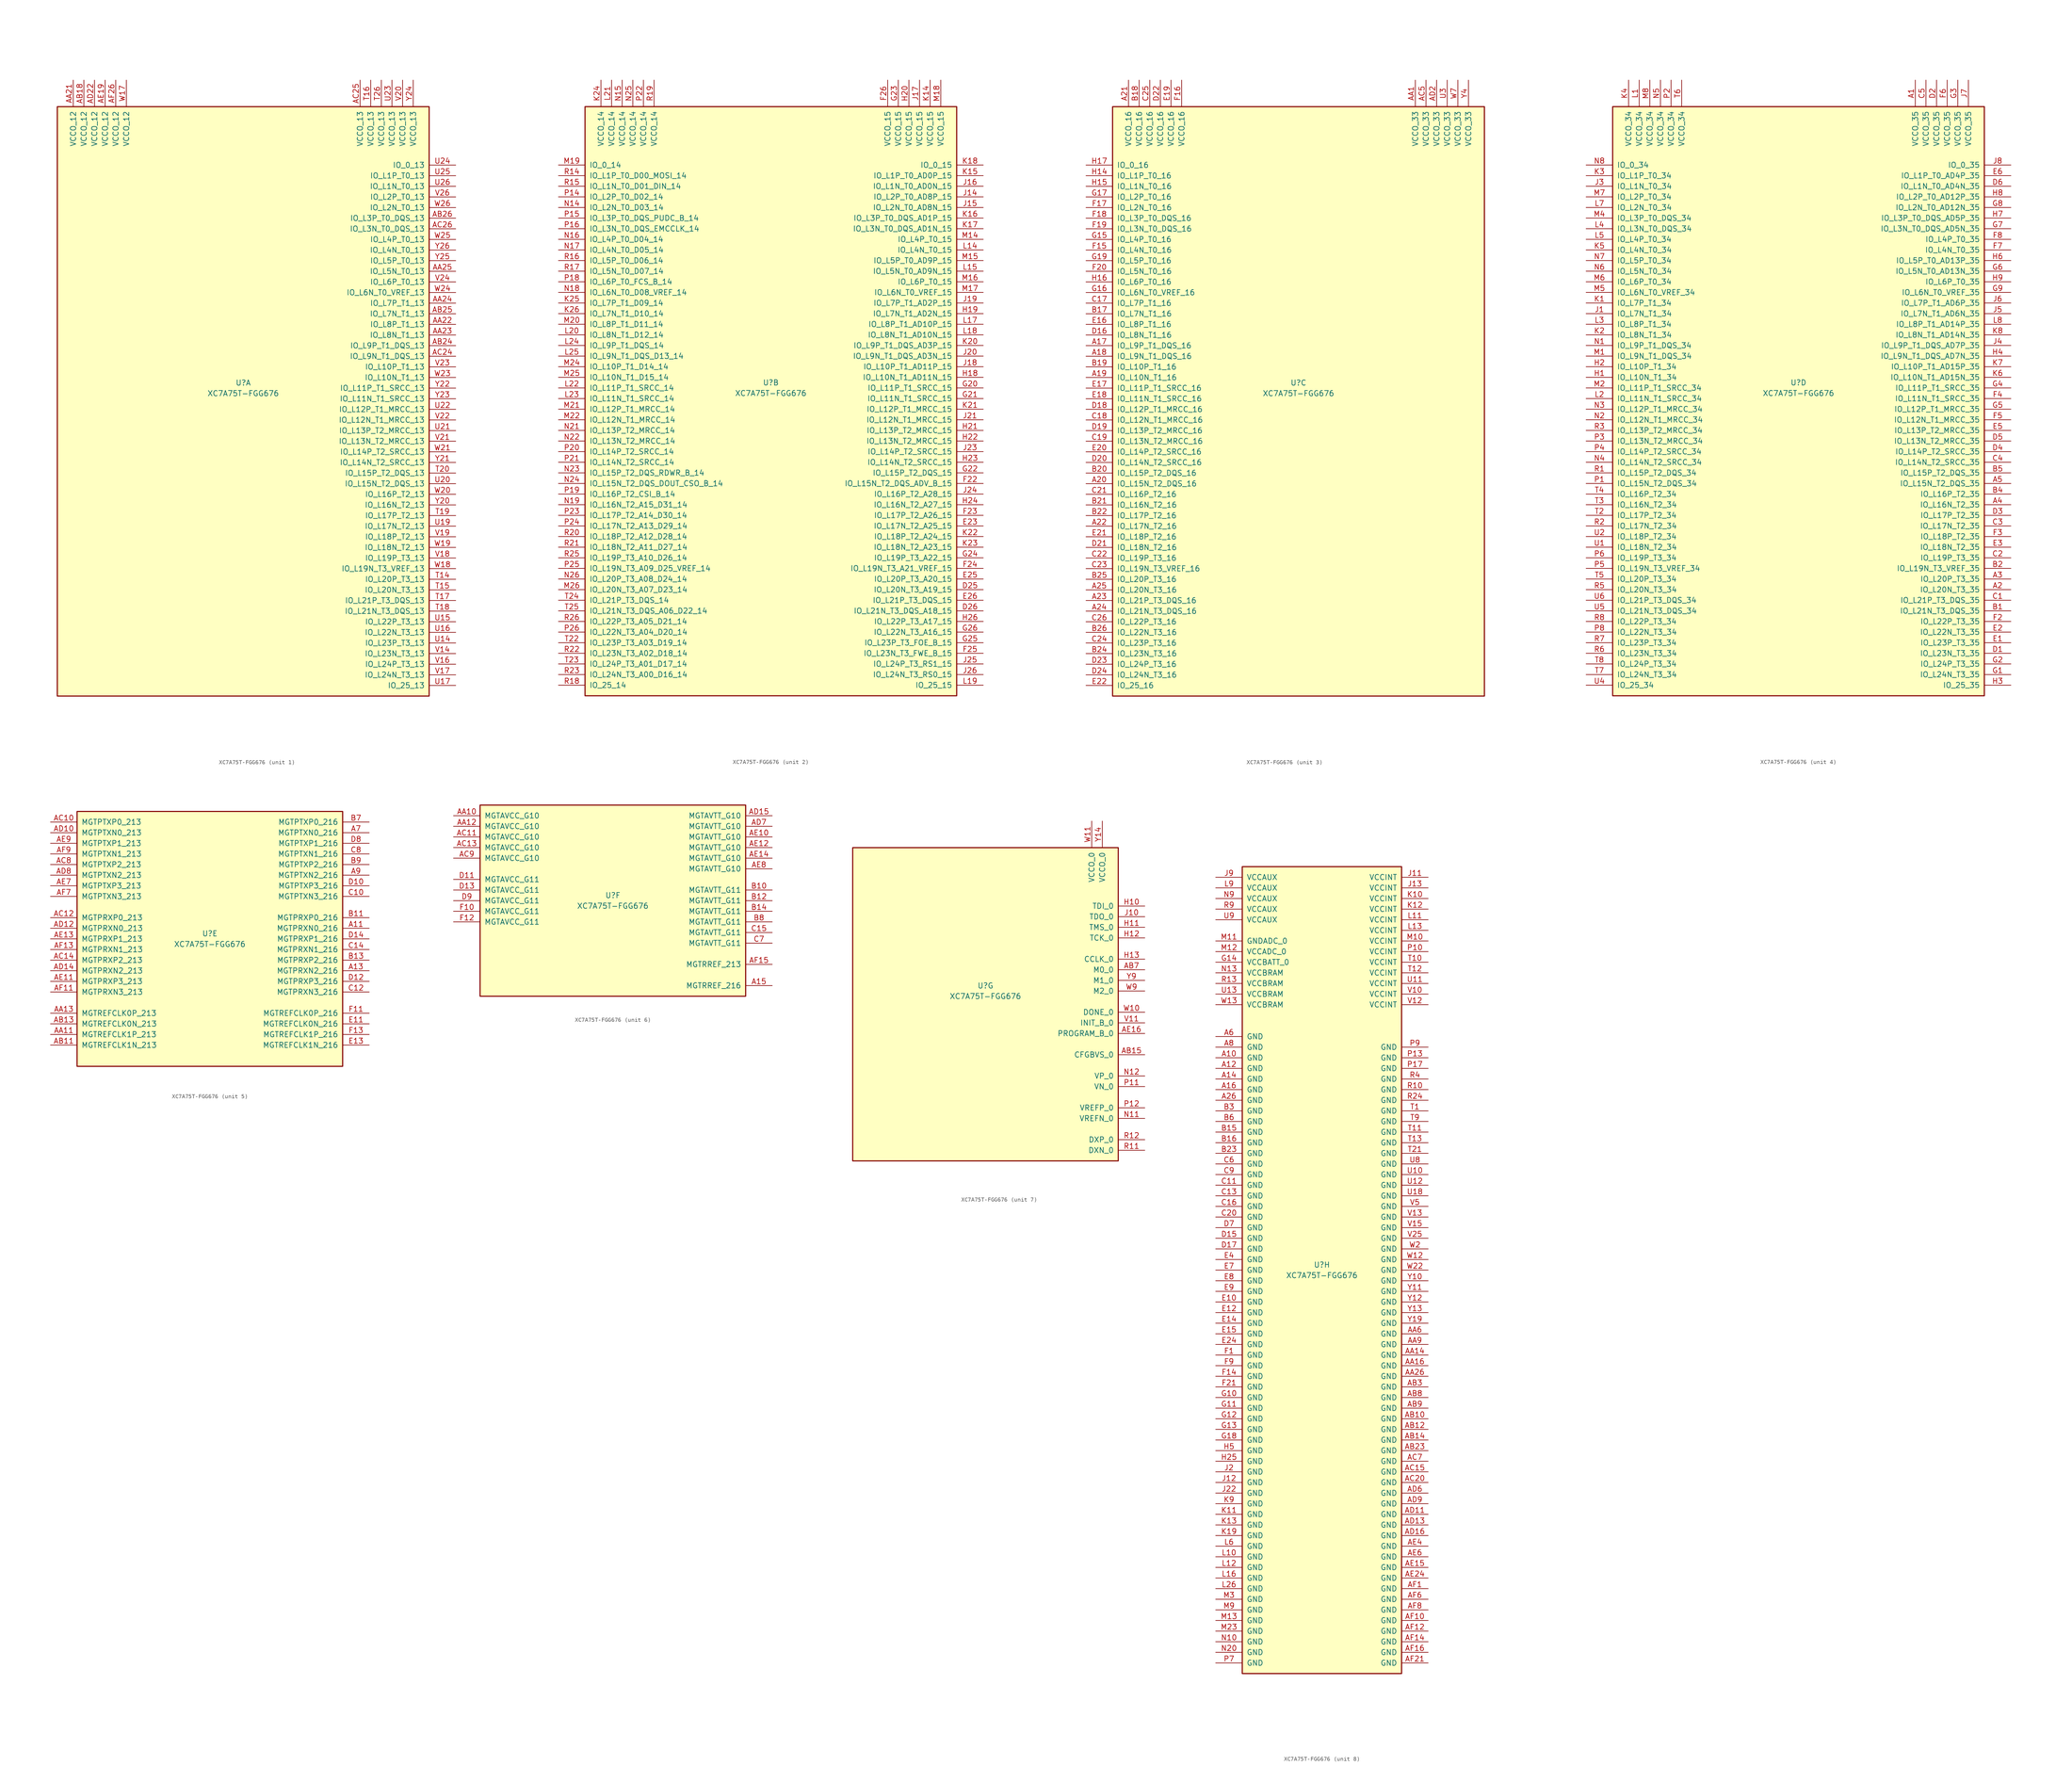
<source format=kicad_sym>
(kicad_symbol_lib
  (version 20201005)
  (generator kicad_symbol_editor)
  (symbol "XC7A75T-FGG676"
    (pin_names
      (offset 1.016))
    (property "Reference" "U"
      (at 0 1.27 0)
      (effects (font (size 1.27 1.27))))
    (property "Value" "XC7A75T-FGG676"
      (at 0 -1.27 0)
      (effects (font (size 1.27 1.27))))
    (property "Datasheet" ""
      (at 0 0 0)
      (effects (font (size 1.27 1.27))))
    (property "ki_locked" ""
      (at 0 0 0)
      (effects (font (size 1.27 1.27))))
    (symbol "XC7A75T-FGG676_1_1"
      (rectangle (start -44.45 67.31) (end 44.45 -73.66) (stroke (width 0.254)) (fill (type background)))
      (pin power_in line (at -40.64 73.66 270) (length 6.35) (name "VCCO_12" (effects (font (size 1.27 1.27)))) (number "AA21" (effects (font (size 1.27 1.27)))))
      (pin power_in line (at -38.1 73.66 270) (length 6.35) (name "VCCO_12" (effects (font (size 1.27 1.27)))) (number "AB18" (effects (font (size 1.27 1.27)))))
      (pin power_in line (at -35.56 73.66 270) (length 6.35) (name "VCCO_12" (effects (font (size 1.27 1.27)))) (number "AD22" (effects (font (size 1.27 1.27)))))
      (pin power_in line (at -33.02 73.66 270) (length 6.35) (name "VCCO_12" (effects (font (size 1.27 1.27)))) (number "AE19" (effects (font (size 1.27 1.27)))))
      (pin power_in line (at -30.48 73.66 270) (length 6.35) (name "VCCO_12" (effects (font (size 1.27 1.27)))) (number "AF26" (effects (font (size 1.27 1.27)))))
      (pin power_in line (at -27.94 73.66 270) (length 6.35) (name "VCCO_12" (effects (font (size 1.27 1.27)))) (number "W17" (effects (font (size 1.27 1.27)))))
      (pin power_in line (at 27.94 73.66 270) (length 6.35) (name "VCCO_13" (effects (font (size 1.27 1.27)))) (number "AC25" (effects (font (size 1.27 1.27)))))
      (pin power_in line (at 30.48 73.66 270) (length 6.35) (name "VCCO_13" (effects (font (size 1.27 1.27)))) (number "T16" (effects (font (size 1.27 1.27)))))
      (pin power_in line (at 33.02 73.66 270) (length 6.35) (name "VCCO_13" (effects (font (size 1.27 1.27)))) (number "T26" (effects (font (size 1.27 1.27)))))
      (pin power_in line (at 35.56 73.66 270) (length 6.35) (name "VCCO_13" (effects (font (size 1.27 1.27)))) (number "U23" (effects (font (size 1.27 1.27)))))
      (pin power_in line (at 38.1 73.66 270) (length 6.35) (name "VCCO_13" (effects (font (size 1.27 1.27)))) (number "V20" (effects (font (size 1.27 1.27)))))
      (pin power_in line (at 40.64 73.66 270) (length 6.35) (name "VCCO_13" (effects (font (size 1.27 1.27)))) (number "Y24" (effects (font (size 1.27 1.27)))))
      (pin bidirectional line (at 50.8 53.34 180) (length 6.35) (name "IO_0_13" (effects (font (size 1.27 1.27)))) (number "U24" (effects (font (size 1.27 1.27)))))
      (pin bidirectional line (at 50.8 50.8 180) (length 6.35) (name "IO_L1P_T0_13" (effects (font (size 1.27 1.27)))) (number "U25" (effects (font (size 1.27 1.27)))))
      (pin bidirectional line (at 50.8 48.26 180) (length 6.35) (name "IO_L1N_T0_13" (effects (font (size 1.27 1.27)))) (number "U26" (effects (font (size 1.27 1.27)))))
      (pin bidirectional line (at 50.8 45.72 180) (length 6.35) (name "IO_L2P_T0_13" (effects (font (size 1.27 1.27)))) (number "V26" (effects (font (size 1.27 1.27)))))
      (pin bidirectional line (at 50.8 43.18 180) (length 6.35) (name "IO_L2N_T0_13" (effects (font (size 1.27 1.27)))) (number "W26" (effects (font (size 1.27 1.27)))))
      (pin bidirectional line (at 50.8 40.64 180) (length 6.35) (name "IO_L3P_T0_DQS_13" (effects (font (size 1.27 1.27)))) (number "AB26" (effects (font (size 1.27 1.27)))))
      (pin bidirectional line (at 50.8 38.1 180) (length 6.35) (name "IO_L3N_T0_DQS_13" (effects (font (size 1.27 1.27)))) (number "AC26" (effects (font (size 1.27 1.27)))))
      (pin bidirectional line (at 50.8 35.56 180) (length 6.35) (name "IO_L4P_T0_13" (effects (font (size 1.27 1.27)))) (number "W25" (effects (font (size 1.27 1.27)))))
      (pin bidirectional line (at 50.8 33.02 180) (length 6.35) (name "IO_L4N_T0_13" (effects (font (size 1.27 1.27)))) (number "Y26" (effects (font (size 1.27 1.27)))))
      (pin bidirectional line (at 50.8 30.48 180) (length 6.35) (name "IO_L5P_T0_13" (effects (font (size 1.27 1.27)))) (number "Y25" (effects (font (size 1.27 1.27)))))
      (pin bidirectional line (at 50.8 27.94 180) (length 6.35) (name "IO_L5N_T0_13" (effects (font (size 1.27 1.27)))) (number "AA25" (effects (font (size 1.27 1.27)))))
      (pin bidirectional line (at 50.8 25.4 180) (length 6.35) (name "IO_L6P_T0_13" (effects (font (size 1.27 1.27)))) (number "V24" (effects (font (size 1.27 1.27)))))
      (pin bidirectional line (at 50.8 22.86 180) (length 6.35) (name "IO_L6N_T0_VREF_13" (effects (font (size 1.27 1.27)))) (number "W24" (effects (font (size 1.27 1.27)))))
      (pin bidirectional line (at 50.8 20.32 180) (length 6.35) (name "IO_L7P_T1_13" (effects (font (size 1.27 1.27)))) (number "AA24" (effects (font (size 1.27 1.27)))))
      (pin bidirectional line (at 50.8 17.78 180) (length 6.35) (name "IO_L7N_T1_13" (effects (font (size 1.27 1.27)))) (number "AB25" (effects (font (size 1.27 1.27)))))
      (pin bidirectional line (at 50.8 15.24 180) (length 6.35) (name "IO_L8P_T1_13" (effects (font (size 1.27 1.27)))) (number "AA22" (effects (font (size 1.27 1.27)))))
      (pin bidirectional line (at 50.8 12.7 180) (length 6.35) (name "IO_L8N_T1_13" (effects (font (size 1.27 1.27)))) (number "AA23" (effects (font (size 1.27 1.27)))))
      (pin bidirectional line (at 50.8 10.16 180) (length 6.35) (name "IO_L9P_T1_DQS_13" (effects (font (size 1.27 1.27)))) (number "AB24" (effects (font (size 1.27 1.27)))))
      (pin bidirectional line (at 50.8 7.62 180) (length 6.35) (name "IO_L9N_T1_DQS_13" (effects (font (size 1.27 1.27)))) (number "AC24" (effects (font (size 1.27 1.27)))))
      (pin bidirectional line (at 50.8 5.08 180) (length 6.35) (name "IO_L10P_T1_13" (effects (font (size 1.27 1.27)))) (number "V23" (effects (font (size 1.27 1.27)))))
      (pin bidirectional line (at 50.8 2.54 180) (length 6.35) (name "IO_L10N_T1_13" (effects (font (size 1.27 1.27)))) (number "W23" (effects (font (size 1.27 1.27)))))
      (pin bidirectional line (at 50.8 0 180) (length 6.35) (name "IO_L11P_T1_SRCC_13" (effects (font (size 1.27 1.27)))) (number "Y22" (effects (font (size 1.27 1.27)))))
      (pin bidirectional line (at 50.8 -2.54 180) (length 6.35) (name "IO_L11N_T1_SRCC_13" (effects (font (size 1.27 1.27)))) (number "Y23" (effects (font (size 1.27 1.27)))))
      (pin bidirectional line (at 50.8 -5.08 180) (length 6.35) (name "IO_L12P_T1_MRCC_13" (effects (font (size 1.27 1.27)))) (number "U22" (effects (font (size 1.27 1.27)))))
      (pin bidirectional line (at 50.8 -7.62 180) (length 6.35) (name "IO_L12N_T1_MRCC_13" (effects (font (size 1.27 1.27)))) (number "V22" (effects (font (size 1.27 1.27)))))
      (pin bidirectional line (at 50.8 -10.16 180) (length 6.35) (name "IO_L13P_T2_MRCC_13" (effects (font (size 1.27 1.27)))) (number "U21" (effects (font (size 1.27 1.27)))))
      (pin bidirectional line (at 50.8 -12.7 180) (length 6.35) (name "IO_L13N_T2_MRCC_13" (effects (font (size 1.27 1.27)))) (number "V21" (effects (font (size 1.27 1.27)))))
      (pin bidirectional line (at 50.8 -15.24 180) (length 6.35) (name "IO_L14P_T2_SRCC_13" (effects (font (size 1.27 1.27)))) (number "W21" (effects (font (size 1.27 1.27)))))
      (pin bidirectional line (at 50.8 -17.78 180) (length 6.35) (name "IO_L14N_T2_SRCC_13" (effects (font (size 1.27 1.27)))) (number "Y21" (effects (font (size 1.27 1.27)))))
      (pin bidirectional line (at 50.8 -20.32 180) (length 6.35) (name "IO_L15P_T2_DQS_13" (effects (font (size 1.27 1.27)))) (number "T20" (effects (font (size 1.27 1.27)))))
      (pin bidirectional line (at 50.8 -22.86 180) (length 6.35) (name "IO_L15N_T2_DQS_13" (effects (font (size 1.27 1.27)))) (number "U20" (effects (font (size 1.27 1.27)))))
      (pin bidirectional line (at 50.8 -25.4 180) (length 6.35) (name "IO_L16P_T2_13" (effects (font (size 1.27 1.27)))) (number "W20" (effects (font (size 1.27 1.27)))))
      (pin bidirectional line (at 50.8 -27.94 180) (length 6.35) (name "IO_L16N_T2_13" (effects (font (size 1.27 1.27)))) (number "Y20" (effects (font (size 1.27 1.27)))))
      (pin bidirectional line (at 50.8 -30.48 180) (length 6.35) (name "IO_L17P_T2_13" (effects (font (size 1.27 1.27)))) (number "T19" (effects (font (size 1.27 1.27)))))
      (pin bidirectional line (at 50.8 -33.02 180) (length 6.35) (name "IO_L17N_T2_13" (effects (font (size 1.27 1.27)))) (number "U19" (effects (font (size 1.27 1.27)))))
      (pin bidirectional line (at 50.8 -35.56 180) (length 6.35) (name "IO_L18P_T2_13" (effects (font (size 1.27 1.27)))) (number "V19" (effects (font (size 1.27 1.27)))))
      (pin bidirectional line (at 50.8 -38.1 180) (length 6.35) (name "IO_L18N_T2_13" (effects (font (size 1.27 1.27)))) (number "W19" (effects (font (size 1.27 1.27)))))
      (pin bidirectional line (at 50.8 -40.64 180) (length 6.35) (name "IO_L19P_T3_13" (effects (font (size 1.27 1.27)))) (number "V18" (effects (font (size 1.27 1.27)))))
      (pin bidirectional line (at 50.8 -43.18 180) (length 6.35) (name "IO_L19N_T3_VREF_13" (effects (font (size 1.27 1.27)))) (number "W18" (effects (font (size 1.27 1.27)))))
      (pin bidirectional line (at 50.8 -45.72 180) (length 6.35) (name "IO_L20P_T3_13" (effects (font (size 1.27 1.27)))) (number "T14" (effects (font (size 1.27 1.27)))))
      (pin bidirectional line (at 50.8 -48.26 180) (length 6.35) (name "IO_L20N_T3_13" (effects (font (size 1.27 1.27)))) (number "T15" (effects (font (size 1.27 1.27)))))
      (pin bidirectional line (at 50.8 -50.8 180) (length 6.35) (name "IO_L21P_T3_DQS_13" (effects (font (size 1.27 1.27)))) (number "T17" (effects (font (size 1.27 1.27)))))
      (pin bidirectional line (at 50.8 -53.34 180) (length 6.35) (name "IO_L21N_T3_DQS_13" (effects (font (size 1.27 1.27)))) (number "T18" (effects (font (size 1.27 1.27)))))
      (pin bidirectional line (at 50.8 -55.88 180) (length 6.35) (name "IO_L22P_T3_13" (effects (font (size 1.27 1.27)))) (number "U15" (effects (font (size 1.27 1.27)))))
      (pin bidirectional line (at 50.8 -58.42 180) (length 6.35) (name "IO_L22N_T3_13" (effects (font (size 1.27 1.27)))) (number "U16" (effects (font (size 1.27 1.27)))))
      (pin bidirectional line (at 50.8 -60.96 180) (length 6.35) (name "IO_L23P_T3_13" (effects (font (size 1.27 1.27)))) (number "U14" (effects (font (size 1.27 1.27)))))
      (pin bidirectional line (at 50.8 -63.5 180) (length 6.35) (name "IO_L23N_T3_13" (effects (font (size 1.27 1.27)))) (number "V14" (effects (font (size 1.27 1.27)))))
      (pin bidirectional line (at 50.8 -66.04 180) (length 6.35) (name "IO_L24P_T3_13" (effects (font (size 1.27 1.27)))) (number "V16" (effects (font (size 1.27 1.27)))))
      (pin bidirectional line (at 50.8 -68.58 180) (length 6.35) (name "IO_L24N_T3_13" (effects (font (size 1.27 1.27)))) (number "V17" (effects (font (size 1.27 1.27)))))
      (pin bidirectional line (at 50.8 -71.12 180) (length 6.35) (name "IO_25_13" (effects (font (size 1.27 1.27)))) (number "U17" (effects (font (size 1.27 1.27))))))
    (symbol "XC7A75T-FGG676_2_1"
      (rectangle (start -44.45 67.31) (end 44.45 -73.66) (stroke (width 0.254)) (fill (type background)))
      (pin power_in line (at -40.64 73.66 270) (length 6.35) (name "VCCO_14" (effects (font (size 1.27 1.27)))) (number "K24" (effects (font (size 1.27 1.27)))))
      (pin power_in line (at -38.1 73.66 270) (length 6.35) (name "VCCO_14" (effects (font (size 1.27 1.27)))) (number "L21" (effects (font (size 1.27 1.27)))))
      (pin power_in line (at -35.56 73.66 270) (length 6.35) (name "VCCO_14" (effects (font (size 1.27 1.27)))) (number "N15" (effects (font (size 1.27 1.27)))))
      (pin power_in line (at -33.02 73.66 270) (length 6.35) (name "VCCO_14" (effects (font (size 1.27 1.27)))) (number "N25" (effects (font (size 1.27 1.27)))))
      (pin power_in line (at -30.48 73.66 270) (length 6.35) (name "VCCO_14" (effects (font (size 1.27 1.27)))) (number "P22" (effects (font (size 1.27 1.27)))))
      (pin power_in line (at -27.94 73.66 270) (length 6.35) (name "VCCO_14" (effects (font (size 1.27 1.27)))) (number "R19" (effects (font (size 1.27 1.27)))))
      (pin bidirectional line (at -50.8 53.34 0) (length 6.35) (name "IO_0_14" (effects (font (size 1.27 1.27)))) (number "M19" (effects (font (size 1.27 1.27)))))
      (pin bidirectional line (at -50.8 50.8 0) (length 6.35) (name "IO_L1P_T0_D00_MOSI_14" (effects (font (size 1.27 1.27)))) (number "R14" (effects (font (size 1.27 1.27)))))
      (pin bidirectional line (at -50.8 48.26 0) (length 6.35) (name "IO_L1N_T0_D01_DIN_14" (effects (font (size 1.27 1.27)))) (number "R15" (effects (font (size 1.27 1.27)))))
      (pin bidirectional line (at -50.8 45.72 0) (length 6.35) (name "IO_L2P_T0_D02_14" (effects (font (size 1.27 1.27)))) (number "P14" (effects (font (size 1.27 1.27)))))
      (pin bidirectional line (at -50.8 43.18 0) (length 6.35) (name "IO_L2N_T0_D03_14" (effects (font (size 1.27 1.27)))) (number "N14" (effects (font (size 1.27 1.27)))))
      (pin bidirectional line (at -50.8 40.64 0) (length 6.35) (name "IO_L3P_T0_DQS_PUDC_B_14" (effects (font (size 1.27 1.27)))) (number "P15" (effects (font (size 1.27 1.27)))))
      (pin bidirectional line (at -50.8 38.1 0) (length 6.35) (name "IO_L3N_T0_DQS_EMCCLK_14" (effects (font (size 1.27 1.27)))) (number "P16" (effects (font (size 1.27 1.27)))))
      (pin bidirectional line (at -50.8 35.56 0) (length 6.35) (name "IO_L4P_T0_D04_14" (effects (font (size 1.27 1.27)))) (number "N16" (effects (font (size 1.27 1.27)))))
      (pin bidirectional line (at -50.8 33.02 0) (length 6.35) (name "IO_L4N_T0_D05_14" (effects (font (size 1.27 1.27)))) (number "N17" (effects (font (size 1.27 1.27)))))
      (pin bidirectional line (at -50.8 30.48 0) (length 6.35) (name "IO_L5P_T0_D06_14" (effects (font (size 1.27 1.27)))) (number "R16" (effects (font (size 1.27 1.27)))))
      (pin bidirectional line (at -50.8 27.94 0) (length 6.35) (name "IO_L5N_T0_D07_14" (effects (font (size 1.27 1.27)))) (number "R17" (effects (font (size 1.27 1.27)))))
      (pin bidirectional line (at -50.8 25.4 0) (length 6.35) (name "IO_L6P_T0_FCS_B_14" (effects (font (size 1.27 1.27)))) (number "P18" (effects (font (size 1.27 1.27)))))
      (pin bidirectional line (at -50.8 22.86 0) (length 6.35) (name "IO_L6N_T0_D08_VREF_14" (effects (font (size 1.27 1.27)))) (number "N18" (effects (font (size 1.27 1.27)))))
      (pin bidirectional line (at -50.8 20.32 0) (length 6.35) (name "IO_L7P_T1_D09_14" (effects (font (size 1.27 1.27)))) (number "K25" (effects (font (size 1.27 1.27)))))
      (pin bidirectional line (at -50.8 17.78 0) (length 6.35) (name "IO_L7N_T1_D10_14" (effects (font (size 1.27 1.27)))) (number "K26" (effects (font (size 1.27 1.27)))))
      (pin bidirectional line (at -50.8 15.24 0) (length 6.35) (name "IO_L8P_T1_D11_14" (effects (font (size 1.27 1.27)))) (number "M20" (effects (font (size 1.27 1.27)))))
      (pin bidirectional line (at -50.8 12.7 0) (length 6.35) (name "IO_L8N_T1_D12_14" (effects (font (size 1.27 1.27)))) (number "L20" (effects (font (size 1.27 1.27)))))
      (pin bidirectional line (at -50.8 10.16 0) (length 6.35) (name "IO_L9P_T1_DQS_14" (effects (font (size 1.27 1.27)))) (number "L24" (effects (font (size 1.27 1.27)))))
      (pin bidirectional line (at -50.8 7.62 0) (length 6.35) (name "IO_L9N_T1_DQS_D13_14" (effects (font (size 1.27 1.27)))) (number "L25" (effects (font (size 1.27 1.27)))))
      (pin bidirectional line (at -50.8 5.08 0) (length 6.35) (name "IO_L10P_T1_D14_14" (effects (font (size 1.27 1.27)))) (number "M24" (effects (font (size 1.27 1.27)))))
      (pin bidirectional line (at -50.8 2.54 0) (length 6.35) (name "IO_L10N_T1_D15_14" (effects (font (size 1.27 1.27)))) (number "M25" (effects (font (size 1.27 1.27)))))
      (pin bidirectional line (at -50.8 0 0) (length 6.35) (name "IO_L11P_T1_SRCC_14" (effects (font (size 1.27 1.27)))) (number "L22" (effects (font (size 1.27 1.27)))))
      (pin bidirectional line (at -50.8 -2.54 0) (length 6.35) (name "IO_L11N_T1_SRCC_14" (effects (font (size 1.27 1.27)))) (number "L23" (effects (font (size 1.27 1.27)))))
      (pin bidirectional line (at -50.8 -5.08 0) (length 6.35) (name "IO_L12P_T1_MRCC_14" (effects (font (size 1.27 1.27)))) (number "M21" (effects (font (size 1.27 1.27)))))
      (pin bidirectional line (at -50.8 -7.62 0) (length 6.35) (name "IO_L12N_T1_MRCC_14" (effects (font (size 1.27 1.27)))) (number "M22" (effects (font (size 1.27 1.27)))))
      (pin bidirectional line (at -50.8 -10.16 0) (length 6.35) (name "IO_L13P_T2_MRCC_14" (effects (font (size 1.27 1.27)))) (number "N21" (effects (font (size 1.27 1.27)))))
      (pin bidirectional line (at -50.8 -12.7 0) (length 6.35) (name "IO_L13N_T2_MRCC_14" (effects (font (size 1.27 1.27)))) (number "N22" (effects (font (size 1.27 1.27)))))
      (pin bidirectional line (at -50.8 -15.24 0) (length 6.35) (name "IO_L14P_T2_SRCC_14" (effects (font (size 1.27 1.27)))) (number "P20" (effects (font (size 1.27 1.27)))))
      (pin bidirectional line (at -50.8 -17.78 0) (length 6.35) (name "IO_L14N_T2_SRCC_14" (effects (font (size 1.27 1.27)))) (number "P21" (effects (font (size 1.27 1.27)))))
      (pin bidirectional line (at -50.8 -20.32 0) (length 6.35) (name "IO_L15P_T2_DQS_RDWR_B_14" (effects (font (size 1.27 1.27)))) (number "N23" (effects (font (size 1.27 1.27)))))
      (pin bidirectional line (at -50.8 -22.86 0) (length 6.35) (name "IO_L15N_T2_DQS_DOUT_CSO_B_14" (effects (font (size 1.27 1.27)))) (number "N24" (effects (font (size 1.27 1.27)))))
      (pin bidirectional line (at -50.8 -25.4 0) (length 6.35) (name "IO_L16P_T2_CSI_B_14" (effects (font (size 1.27 1.27)))) (number "P19" (effects (font (size 1.27 1.27)))))
      (pin bidirectional line (at -50.8 -27.94 0) (length 6.35) (name "IO_L16N_T2_A15_D31_14" (effects (font (size 1.27 1.27)))) (number "N19" (effects (font (size 1.27 1.27)))))
      (pin bidirectional line (at -50.8 -30.48 0) (length 6.35) (name "IO_L17P_T2_A14_D30_14" (effects (font (size 1.27 1.27)))) (number "P23" (effects (font (size 1.27 1.27)))))
      (pin bidirectional line (at -50.8 -33.02 0) (length 6.35) (name "IO_L17N_T2_A13_D29_14" (effects (font (size 1.27 1.27)))) (number "P24" (effects (font (size 1.27 1.27)))))
      (pin bidirectional line (at -50.8 -35.56 0) (length 6.35) (name "IO_L18P_T2_A12_D28_14" (effects (font (size 1.27 1.27)))) (number "R20" (effects (font (size 1.27 1.27)))))
      (pin bidirectional line (at -50.8 -38.1 0) (length 6.35) (name "IO_L18N_T2_A11_D27_14" (effects (font (size 1.27 1.27)))) (number "R21" (effects (font (size 1.27 1.27)))))
      (pin bidirectional line (at -50.8 -40.64 0) (length 6.35) (name "IO_L19P_T3_A10_D26_14" (effects (font (size 1.27 1.27)))) (number "R25" (effects (font (size 1.27 1.27)))))
      (pin bidirectional line (at -50.8 -43.18 0) (length 6.35) (name "IO_L19N_T3_A09_D25_VREF_14" (effects (font (size 1.27 1.27)))) (number "P25" (effects (font (size 1.27 1.27)))))
      (pin bidirectional line (at -50.8 -45.72 0) (length 6.35) (name "IO_L20P_T3_A08_D24_14" (effects (font (size 1.27 1.27)))) (number "N26" (effects (font (size 1.27 1.27)))))
      (pin bidirectional line (at -50.8 -48.26 0) (length 6.35) (name "IO_L20N_T3_A07_D23_14" (effects (font (size 1.27 1.27)))) (number "M26" (effects (font (size 1.27 1.27)))))
      (pin bidirectional line (at -50.8 -50.8 0) (length 6.35) (name "IO_L21P_T3_DQS_14" (effects (font (size 1.27 1.27)))) (number "T24" (effects (font (size 1.27 1.27)))))
      (pin bidirectional line (at -50.8 -53.34 0) (length 6.35) (name "IO_L21N_T3_DQS_A06_D22_14" (effects (font (size 1.27 1.27)))) (number "T25" (effects (font (size 1.27 1.27)))))
      (pin bidirectional line (at -50.8 -55.88 0) (length 6.35) (name "IO_L22P_T3_A05_D21_14" (effects (font (size 1.27 1.27)))) (number "R26" (effects (font (size 1.27 1.27)))))
      (pin bidirectional line (at -50.8 -58.42 0) (length 6.35) (name "IO_L22N_T3_A04_D20_14" (effects (font (size 1.27 1.27)))) (number "P26" (effects (font (size 1.27 1.27)))))
      (pin bidirectional line (at -50.8 -60.96 0) (length 6.35) (name "IO_L23P_T3_A03_D19_14" (effects (font (size 1.27 1.27)))) (number "T22" (effects (font (size 1.27 1.27)))))
      (pin bidirectional line (at -50.8 -63.5 0) (length 6.35) (name "IO_L23N_T3_A02_D18_14" (effects (font (size 1.27 1.27)))) (number "R22" (effects (font (size 1.27 1.27)))))
      (pin bidirectional line (at -50.8 -66.04 0) (length 6.35) (name "IO_L24P_T3_A01_D17_14" (effects (font (size 1.27 1.27)))) (number "T23" (effects (font (size 1.27 1.27)))))
      (pin bidirectional line (at -50.8 -68.58 0) (length 6.35) (name "IO_L24N_T3_A00_D16_14" (effects (font (size 1.27 1.27)))) (number "R23" (effects (font (size 1.27 1.27)))))
      (pin bidirectional line (at -50.8 -71.12 0) (length 6.35) (name "IO_25_14" (effects (font (size 1.27 1.27)))) (number "R18" (effects (font (size 1.27 1.27)))))
      (pin power_in line (at 27.94 73.66 270) (length 6.35) (name "VCCO_15" (effects (font (size 1.27 1.27)))) (number "F26" (effects (font (size 1.27 1.27)))))
      (pin power_in line (at 30.48 73.66 270) (length 6.35) (name "VCCO_15" (effects (font (size 1.27 1.27)))) (number "G23" (effects (font (size 1.27 1.27)))))
      (pin power_in line (at 33.02 73.66 270) (length 6.35) (name "VCCO_15" (effects (font (size 1.27 1.27)))) (number "H20" (effects (font (size 1.27 1.27)))))
      (pin power_in line (at 35.56 73.66 270) (length 6.35) (name "VCCO_15" (effects (font (size 1.27 1.27)))) (number "J17" (effects (font (size 1.27 1.27)))))
      (pin power_in line (at 38.1 73.66 270) (length 6.35) (name "VCCO_15" (effects (font (size 1.27 1.27)))) (number "K14" (effects (font (size 1.27 1.27)))))
      (pin power_in line (at 40.64 73.66 270) (length 6.35) (name "VCCO_15" (effects (font (size 1.27 1.27)))) (number "M18" (effects (font (size 1.27 1.27)))))
      (pin bidirectional line (at 50.8 53.34 180) (length 6.35) (name "IO_0_15" (effects (font (size 1.27 1.27)))) (number "K18" (effects (font (size 1.27 1.27)))))
      (pin bidirectional line (at 50.8 50.8 180) (length 6.35) (name "IO_L1P_T0_AD0P_15" (effects (font (size 1.27 1.27)))) (number "K15" (effects (font (size 1.27 1.27)))))
      (pin bidirectional line (at 50.8 48.26 180) (length 6.35) (name "IO_L1N_T0_AD0N_15" (effects (font (size 1.27 1.27)))) (number "J16" (effects (font (size 1.27 1.27)))))
      (pin bidirectional line (at 50.8 45.72 180) (length 6.35) (name "IO_L2P_T0_AD8P_15" (effects (font (size 1.27 1.27)))) (number "J14" (effects (font (size 1.27 1.27)))))
      (pin bidirectional line (at 50.8 43.18 180) (length 6.35) (name "IO_L2N_T0_AD8N_15" (effects (font (size 1.27 1.27)))) (number "J15" (effects (font (size 1.27 1.27)))))
      (pin bidirectional line (at 50.8 40.64 180) (length 6.35) (name "IO_L3P_T0_DQS_AD1P_15" (effects (font (size 1.27 1.27)))) (number "K16" (effects (font (size 1.27 1.27)))))
      (pin bidirectional line (at 50.8 38.1 180) (length 6.35) (name "IO_L3N_T0_DQS_AD1N_15" (effects (font (size 1.27 1.27)))) (number "K17" (effects (font (size 1.27 1.27)))))
      (pin bidirectional line (at 50.8 35.56 180) (length 6.35) (name "IO_L4P_T0_15" (effects (font (size 1.27 1.27)))) (number "M14" (effects (font (size 1.27 1.27)))))
      (pin bidirectional line (at 50.8 33.02 180) (length 6.35) (name "IO_L4N_T0_15" (effects (font (size 1.27 1.27)))) (number "L14" (effects (font (size 1.27 1.27)))))
      (pin bidirectional line (at 50.8 30.48 180) (length 6.35) (name "IO_L5P_T0_AD9P_15" (effects (font (size 1.27 1.27)))) (number "M15" (effects (font (size 1.27 1.27)))))
      (pin bidirectional line (at 50.8 27.94 180) (length 6.35) (name "IO_L5N_T0_AD9N_15" (effects (font (size 1.27 1.27)))) (number "L15" (effects (font (size 1.27 1.27)))))
      (pin bidirectional line (at 50.8 25.4 180) (length 6.35) (name "IO_L6P_T0_15" (effects (font (size 1.27 1.27)))) (number "M16" (effects (font (size 1.27 1.27)))))
      (pin bidirectional line (at 50.8 22.86 180) (length 6.35) (name "IO_L6N_T0_VREF_15" (effects (font (size 1.27 1.27)))) (number "M17" (effects (font (size 1.27 1.27)))))
      (pin bidirectional line (at 50.8 20.32 180) (length 6.35) (name "IO_L7P_T1_AD2P_15" (effects (font (size 1.27 1.27)))) (number "J19" (effects (font (size 1.27 1.27)))))
      (pin bidirectional line (at 50.8 17.78 180) (length 6.35) (name "IO_L7N_T1_AD2N_15" (effects (font (size 1.27 1.27)))) (number "H19" (effects (font (size 1.27 1.27)))))
      (pin bidirectional line (at 50.8 15.24 180) (length 6.35) (name "IO_L8P_T1_AD10P_15" (effects (font (size 1.27 1.27)))) (number "L17" (effects (font (size 1.27 1.27)))))
      (pin bidirectional line (at 50.8 12.7 180) (length 6.35) (name "IO_L8N_T1_AD10N_15" (effects (font (size 1.27 1.27)))) (number "L18" (effects (font (size 1.27 1.27)))))
      (pin bidirectional line (at 50.8 10.16 180) (length 6.35) (name "IO_L9P_T1_DQS_AD3P_15" (effects (font (size 1.27 1.27)))) (number "K20" (effects (font (size 1.27 1.27)))))
      (pin bidirectional line (at 50.8 7.62 180) (length 6.35) (name "IO_L9N_T1_DQS_AD3N_15" (effects (font (size 1.27 1.27)))) (number "J20" (effects (font (size 1.27 1.27)))))
      (pin bidirectional line (at 50.8 5.08 180) (length 6.35) (name "IO_L10P_T1_AD11P_15" (effects (font (size 1.27 1.27)))) (number "J18" (effects (font (size 1.27 1.27)))))
      (pin bidirectional line (at 50.8 2.54 180) (length 6.35) (name "IO_L10N_T1_AD11N_15" (effects (font (size 1.27 1.27)))) (number "H18" (effects (font (size 1.27 1.27)))))
      (pin bidirectional line (at 50.8 0 180) (length 6.35) (name "IO_L11P_T1_SRCC_15" (effects (font (size 1.27 1.27)))) (number "G20" (effects (font (size 1.27 1.27)))))
      (pin bidirectional line (at 50.8 -2.54 180) (length 6.35) (name "IO_L11N_T1_SRCC_15" (effects (font (size 1.27 1.27)))) (number "G21" (effects (font (size 1.27 1.27)))))
      (pin bidirectional line (at 50.8 -5.08 180) (length 6.35) (name "IO_L12P_T1_MRCC_15" (effects (font (size 1.27 1.27)))) (number "K21" (effects (font (size 1.27 1.27)))))
      (pin bidirectional line (at 50.8 -7.62 180) (length 6.35) (name "IO_L12N_T1_MRCC_15" (effects (font (size 1.27 1.27)))) (number "J21" (effects (font (size 1.27 1.27)))))
      (pin bidirectional line (at 50.8 -10.16 180) (length 6.35) (name "IO_L13P_T2_MRCC_15" (effects (font (size 1.27 1.27)))) (number "H21" (effects (font (size 1.27 1.27)))))
      (pin bidirectional line (at 50.8 -12.7 180) (length 6.35) (name "IO_L13N_T2_MRCC_15" (effects (font (size 1.27 1.27)))) (number "H22" (effects (font (size 1.27 1.27)))))
      (pin bidirectional line (at 50.8 -15.24 180) (length 6.35) (name "IO_L14P_T2_SRCC_15" (effects (font (size 1.27 1.27)))) (number "J23" (effects (font (size 1.27 1.27)))))
      (pin bidirectional line (at 50.8 -17.78 180) (length 6.35) (name "IO_L14N_T2_SRCC_15" (effects (font (size 1.27 1.27)))) (number "H23" (effects (font (size 1.27 1.27)))))
      (pin bidirectional line (at 50.8 -20.32 180) (length 6.35) (name "IO_L15P_T2_DQS_15" (effects (font (size 1.27 1.27)))) (number "G22" (effects (font (size 1.27 1.27)))))
      (pin bidirectional line (at 50.8 -22.86 180) (length 6.35) (name "IO_L15N_T2_DQS_ADV_B_15" (effects (font (size 1.27 1.27)))) (number "F22" (effects (font (size 1.27 1.27)))))
      (pin bidirectional line (at 50.8 -25.4 180) (length 6.35) (name "IO_L16P_T2_A28_15" (effects (font (size 1.27 1.27)))) (number "J24" (effects (font (size 1.27 1.27)))))
      (pin bidirectional line (at 50.8 -27.94 180) (length 6.35) (name "IO_L16N_T2_A27_15" (effects (font (size 1.27 1.27)))) (number "H24" (effects (font (size 1.27 1.27)))))
      (pin bidirectional line (at 50.8 -30.48 180) (length 6.35) (name "IO_L17P_T2_A26_15" (effects (font (size 1.27 1.27)))) (number "F23" (effects (font (size 1.27 1.27)))))
      (pin bidirectional line (at 50.8 -33.02 180) (length 6.35) (name "IO_L17N_T2_A25_15" (effects (font (size 1.27 1.27)))) (number "E23" (effects (font (size 1.27 1.27)))))
      (pin bidirectional line (at 50.8 -35.56 180) (length 6.35) (name "IO_L18P_T2_A24_15" (effects (font (size 1.27 1.27)))) (number "K22" (effects (font (size 1.27 1.27)))))
      (pin bidirectional line (at 50.8 -38.1 180) (length 6.35) (name "IO_L18N_T2_A23_15" (effects (font (size 1.27 1.27)))) (number "K23" (effects (font (size 1.27 1.27)))))
      (pin bidirectional line (at 50.8 -40.64 180) (length 6.35) (name "IO_L19P_T3_A22_15" (effects (font (size 1.27 1.27)))) (number "G24" (effects (font (size 1.27 1.27)))))
      (pin bidirectional line (at 50.8 -43.18 180) (length 6.35) (name "IO_L19N_T3_A21_VREF_15" (effects (font (size 1.27 1.27)))) (number "F24" (effects (font (size 1.27 1.27)))))
      (pin bidirectional line (at 50.8 -45.72 180) (length 6.35) (name "IO_L20P_T3_A20_15" (effects (font (size 1.27 1.27)))) (number "E25" (effects (font (size 1.27 1.27)))))
      (pin bidirectional line (at 50.8 -48.26 180) (length 6.35) (name "IO_L20N_T3_A19_15" (effects (font (size 1.27 1.27)))) (number "D25" (effects (font (size 1.27 1.27)))))
      (pin bidirectional line (at 50.8 -50.8 180) (length 6.35) (name "IO_L21P_T3_DQS_15" (effects (font (size 1.27 1.27)))) (number "E26" (effects (font (size 1.27 1.27)))))
      (pin bidirectional line (at 50.8 -53.34 180) (length 6.35) (name "IO_L21N_T3_DQS_A18_15" (effects (font (size 1.27 1.27)))) (number "D26" (effects (font (size 1.27 1.27)))))
      (pin bidirectional line (at 50.8 -55.88 180) (length 6.35) (name "IO_L22P_T3_A17_15" (effects (font (size 1.27 1.27)))) (number "H26" (effects (font (size 1.27 1.27)))))
      (pin bidirectional line (at 50.8 -58.42 180) (length 6.35) (name "IO_L22N_T3_A16_15" (effects (font (size 1.27 1.27)))) (number "G26" (effects (font (size 1.27 1.27)))))
      (pin bidirectional line (at 50.8 -60.96 180) (length 6.35) (name "IO_L23P_T3_FOE_B_15" (effects (font (size 1.27 1.27)))) (number "G25" (effects (font (size 1.27 1.27)))))
      (pin bidirectional line (at 50.8 -63.5 180) (length 6.35) (name "IO_L23N_T3_FWE_B_15" (effects (font (size 1.27 1.27)))) (number "F25" (effects (font (size 1.27 1.27)))))
      (pin bidirectional line (at 50.8 -66.04 180) (length 6.35) (name "IO_L24P_T3_RS1_15" (effects (font (size 1.27 1.27)))) (number "J25" (effects (font (size 1.27 1.27)))))
      (pin bidirectional line (at 50.8 -68.58 180) (length 6.35) (name "IO_L24N_T3_RS0_15" (effects (font (size 1.27 1.27)))) (number "J26" (effects (font (size 1.27 1.27)))))
      (pin bidirectional line (at 50.8 -71.12 180) (length 6.35) (name "IO_25_15" (effects (font (size 1.27 1.27)))) (number "L19" (effects (font (size 1.27 1.27))))))
    (symbol "XC7A75T-FGG676_3_1"
      (rectangle (start -44.45 67.31) (end 44.45 -73.66) (stroke (width 0.254)) (fill (type background)))
      (pin power_in line (at -40.64 73.66 270) (length 6.35) (name "VCCO_16" (effects (font (size 1.27 1.27)))) (number "A21" (effects (font (size 1.27 1.27)))))
      (pin power_in line (at -38.1 73.66 270) (length 6.35) (name "VCCO_16" (effects (font (size 1.27 1.27)))) (number "B18" (effects (font (size 1.27 1.27)))))
      (pin power_in line (at -35.56 73.66 270) (length 6.35) (name "VCCO_16" (effects (font (size 1.27 1.27)))) (number "C25" (effects (font (size 1.27 1.27)))))
      (pin power_in line (at -33.02 73.66 270) (length 6.35) (name "VCCO_16" (effects (font (size 1.27 1.27)))) (number "D22" (effects (font (size 1.27 1.27)))))
      (pin power_in line (at -30.48 73.66 270) (length 6.35) (name "VCCO_16" (effects (font (size 1.27 1.27)))) (number "E19" (effects (font (size 1.27 1.27)))))
      (pin power_in line (at -27.94 73.66 270) (length 6.35) (name "VCCO_16" (effects (font (size 1.27 1.27)))) (number "F16" (effects (font (size 1.27 1.27)))))
      (pin bidirectional line (at -50.8 53.34 0) (length 6.35) (name "IO_0_16" (effects (font (size 1.27 1.27)))) (number "H17" (effects (font (size 1.27 1.27)))))
      (pin bidirectional line (at -50.8 50.8 0) (length 6.35) (name "IO_L1P_T0_16" (effects (font (size 1.27 1.27)))) (number "H14" (effects (font (size 1.27 1.27)))))
      (pin bidirectional line (at -50.8 48.26 0) (length 6.35) (name "IO_L1N_T0_16" (effects (font (size 1.27 1.27)))) (number "H15" (effects (font (size 1.27 1.27)))))
      (pin bidirectional line (at -50.8 45.72 0) (length 6.35) (name "IO_L2P_T0_16" (effects (font (size 1.27 1.27)))) (number "G17" (effects (font (size 1.27 1.27)))))
      (pin bidirectional line (at -50.8 43.18 0) (length 6.35) (name "IO_L2N_T0_16" (effects (font (size 1.27 1.27)))) (number "F17" (effects (font (size 1.27 1.27)))))
      (pin bidirectional line (at -50.8 40.64 0) (length 6.35) (name "IO_L3P_T0_DQS_16" (effects (font (size 1.27 1.27)))) (number "F18" (effects (font (size 1.27 1.27)))))
      (pin bidirectional line (at -50.8 38.1 0) (length 6.35) (name "IO_L3N_T0_DQS_16" (effects (font (size 1.27 1.27)))) (number "F19" (effects (font (size 1.27 1.27)))))
      (pin bidirectional line (at -50.8 35.56 0) (length 6.35) (name "IO_L4P_T0_16" (effects (font (size 1.27 1.27)))) (number "G15" (effects (font (size 1.27 1.27)))))
      (pin bidirectional line (at -50.8 33.02 0) (length 6.35) (name "IO_L4N_T0_16" (effects (font (size 1.27 1.27)))) (number "F15" (effects (font (size 1.27 1.27)))))
      (pin bidirectional line (at -50.8 30.48 0) (length 6.35) (name "IO_L5P_T0_16" (effects (font (size 1.27 1.27)))) (number "G19" (effects (font (size 1.27 1.27)))))
      (pin bidirectional line (at -50.8 27.94 0) (length 6.35) (name "IO_L5N_T0_16" (effects (font (size 1.27 1.27)))) (number "F20" (effects (font (size 1.27 1.27)))))
      (pin bidirectional line (at -50.8 25.4 0) (length 6.35) (name "IO_L6P_T0_16" (effects (font (size 1.27 1.27)))) (number "H16" (effects (font (size 1.27 1.27)))))
      (pin bidirectional line (at -50.8 22.86 0) (length 6.35) (name "IO_L6N_T0_VREF_16" (effects (font (size 1.27 1.27)))) (number "G16" (effects (font (size 1.27 1.27)))))
      (pin bidirectional line (at -50.8 20.32 0) (length 6.35) (name "IO_L7P_T1_16" (effects (font (size 1.27 1.27)))) (number "C17" (effects (font (size 1.27 1.27)))))
      (pin bidirectional line (at -50.8 17.78 0) (length 6.35) (name "IO_L7N_T1_16" (effects (font (size 1.27 1.27)))) (number "B17" (effects (font (size 1.27 1.27)))))
      (pin bidirectional line (at -50.8 15.24 0) (length 6.35) (name "IO_L8P_T1_16" (effects (font (size 1.27 1.27)))) (number "E16" (effects (font (size 1.27 1.27)))))
      (pin bidirectional line (at -50.8 12.7 0) (length 6.35) (name "IO_L8N_T1_16" (effects (font (size 1.27 1.27)))) (number "D16" (effects (font (size 1.27 1.27)))))
      (pin bidirectional line (at -50.8 10.16 0) (length 6.35) (name "IO_L9P_T1_DQS_16" (effects (font (size 1.27 1.27)))) (number "A17" (effects (font (size 1.27 1.27)))))
      (pin bidirectional line (at -50.8 7.62 0) (length 6.35) (name "IO_L9N_T1_DQS_16" (effects (font (size 1.27 1.27)))) (number "A18" (effects (font (size 1.27 1.27)))))
      (pin bidirectional line (at -50.8 5.08 0) (length 6.35) (name "IO_L10P_T1_16" (effects (font (size 1.27 1.27)))) (number "B19" (effects (font (size 1.27 1.27)))))
      (pin bidirectional line (at -50.8 2.54 0) (length 6.35) (name "IO_L10N_T1_16" (effects (font (size 1.27 1.27)))) (number "A19" (effects (font (size 1.27 1.27)))))
      (pin bidirectional line (at -50.8 0 0) (length 6.35) (name "IO_L11P_T1_SRCC_16" (effects (font (size 1.27 1.27)))) (number "E17" (effects (font (size 1.27 1.27)))))
      (pin bidirectional line (at -50.8 -2.54 0) (length 6.35) (name "IO_L11N_T1_SRCC_16" (effects (font (size 1.27 1.27)))) (number "E18" (effects (font (size 1.27 1.27)))))
      (pin bidirectional line (at -50.8 -5.08 0) (length 6.35) (name "IO_L12P_T1_MRCC_16" (effects (font (size 1.27 1.27)))) (number "D18" (effects (font (size 1.27 1.27)))))
      (pin bidirectional line (at -50.8 -7.62 0) (length 6.35) (name "IO_L12N_T1_MRCC_16" (effects (font (size 1.27 1.27)))) (number "C18" (effects (font (size 1.27 1.27)))))
      (pin bidirectional line (at -50.8 -10.16 0) (length 6.35) (name "IO_L13P_T2_MRCC_16" (effects (font (size 1.27 1.27)))) (number "D19" (effects (font (size 1.27 1.27)))))
      (pin bidirectional line (at -50.8 -12.7 0) (length 6.35) (name "IO_L13N_T2_MRCC_16" (effects (font (size 1.27 1.27)))) (number "C19" (effects (font (size 1.27 1.27)))))
      (pin bidirectional line (at -50.8 -15.24 0) (length 6.35) (name "IO_L14P_T2_SRCC_16" (effects (font (size 1.27 1.27)))) (number "E20" (effects (font (size 1.27 1.27)))))
      (pin bidirectional line (at -50.8 -17.78 0) (length 6.35) (name "IO_L14N_T2_SRCC_16" (effects (font (size 1.27 1.27)))) (number "D20" (effects (font (size 1.27 1.27)))))
      (pin bidirectional line (at -50.8 -20.32 0) (length 6.35) (name "IO_L15P_T2_DQS_16" (effects (font (size 1.27 1.27)))) (number "B20" (effects (font (size 1.27 1.27)))))
      (pin bidirectional line (at -50.8 -22.86 0) (length 6.35) (name "IO_L15N_T2_DQS_16" (effects (font (size 1.27 1.27)))) (number "A20" (effects (font (size 1.27 1.27)))))
      (pin bidirectional line (at -50.8 -25.4 0) (length 6.35) (name "IO_L16P_T2_16" (effects (font (size 1.27 1.27)))) (number "C21" (effects (font (size 1.27 1.27)))))
      (pin bidirectional line (at -50.8 -27.94 0) (length 6.35) (name "IO_L16N_T2_16" (effects (font (size 1.27 1.27)))) (number "B21" (effects (font (size 1.27 1.27)))))
      (pin bidirectional line (at -50.8 -30.48 0) (length 6.35) (name "IO_L17P_T2_16" (effects (font (size 1.27 1.27)))) (number "B22" (effects (font (size 1.27 1.27)))))
      (pin bidirectional line (at -50.8 -33.02 0) (length 6.35) (name "IO_L17N_T2_16" (effects (font (size 1.27 1.27)))) (number "A22" (effects (font (size 1.27 1.27)))))
      (pin bidirectional line (at -50.8 -35.56 0) (length 6.35) (name "IO_L18P_T2_16" (effects (font (size 1.27 1.27)))) (number "E21" (effects (font (size 1.27 1.27)))))
      (pin bidirectional line (at -50.8 -38.1 0) (length 6.35) (name "IO_L18N_T2_16" (effects (font (size 1.27 1.27)))) (number "D21" (effects (font (size 1.27 1.27)))))
      (pin bidirectional line (at -50.8 -40.64 0) (length 6.35) (name "IO_L19P_T3_16" (effects (font (size 1.27 1.27)))) (number "C22" (effects (font (size 1.27 1.27)))))
      (pin bidirectional line (at -50.8 -43.18 0) (length 6.35) (name "IO_L19N_T3_VREF_16" (effects (font (size 1.27 1.27)))) (number "C23" (effects (font (size 1.27 1.27)))))
      (pin bidirectional line (at -50.8 -45.72 0) (length 6.35) (name "IO_L20P_T3_16" (effects (font (size 1.27 1.27)))) (number "B25" (effects (font (size 1.27 1.27)))))
      (pin bidirectional line (at -50.8 -48.26 0) (length 6.35) (name "IO_L20N_T3_16" (effects (font (size 1.27 1.27)))) (number "A25" (effects (font (size 1.27 1.27)))))
      (pin bidirectional line (at -50.8 -50.8 0) (length 6.35) (name "IO_L21P_T3_DQS_16" (effects (font (size 1.27 1.27)))) (number "A23" (effects (font (size 1.27 1.27)))))
      (pin bidirectional line (at -50.8 -53.34 0) (length 6.35) (name "IO_L21N_T3_DQS_16" (effects (font (size 1.27 1.27)))) (number "A24" (effects (font (size 1.27 1.27)))))
      (pin bidirectional line (at -50.8 -55.88 0) (length 6.35) (name "IO_L22P_T3_16" (effects (font (size 1.27 1.27)))) (number "C26" (effects (font (size 1.27 1.27)))))
      (pin bidirectional line (at -50.8 -58.42 0) (length 6.35) (name "IO_L22N_T3_16" (effects (font (size 1.27 1.27)))) (number "B26" (effects (font (size 1.27 1.27)))))
      (pin bidirectional line (at -50.8 -60.96 0) (length 6.35) (name "IO_L23P_T3_16" (effects (font (size 1.27 1.27)))) (number "C24" (effects (font (size 1.27 1.27)))))
      (pin bidirectional line (at -50.8 -63.5 0) (length 6.35) (name "IO_L23N_T3_16" (effects (font (size 1.27 1.27)))) (number "B24" (effects (font (size 1.27 1.27)))))
      (pin bidirectional line (at -50.8 -66.04 0) (length 6.35) (name "IO_L24P_T3_16" (effects (font (size 1.27 1.27)))) (number "D23" (effects (font (size 1.27 1.27)))))
      (pin bidirectional line (at -50.8 -68.58 0) (length 6.35) (name "IO_L24N_T3_16" (effects (font (size 1.27 1.27)))) (number "D24" (effects (font (size 1.27 1.27)))))
      (pin bidirectional line (at -50.8 -71.12 0) (length 6.35) (name "IO_25_16" (effects (font (size 1.27 1.27)))) (number "E22" (effects (font (size 1.27 1.27)))))
      (pin power_in line (at 27.94 73.66 270) (length 6.35) (name "VCCO_33" (effects (font (size 1.27 1.27)))) (number "AA1" (effects (font (size 1.27 1.27)))))
      (pin power_in line (at 30.48 73.66 270) (length 6.35) (name "VCCO_33" (effects (font (size 1.27 1.27)))) (number "AC5" (effects (font (size 1.27 1.27)))))
      (pin power_in line (at 33.02 73.66 270) (length 6.35) (name "VCCO_33" (effects (font (size 1.27 1.27)))) (number "AD2" (effects (font (size 1.27 1.27)))))
      (pin power_in line (at 35.56 73.66 270) (length 6.35) (name "VCCO_33" (effects (font (size 1.27 1.27)))) (number "U3" (effects (font (size 1.27 1.27)))))
      (pin power_in line (at 38.1 73.66 270) (length 6.35) (name "VCCO_33" (effects (font (size 1.27 1.27)))) (number "W7" (effects (font (size 1.27 1.27)))))
      (pin power_in line (at 40.64 73.66 270) (length 6.35) (name "VCCO_33" (effects (font (size 1.27 1.27)))) (number "Y4" (effects (font (size 1.27 1.27))))))
    (symbol "XC7A75T-FGG676_4_1"
      (rectangle (start -44.45 67.31) (end 44.45 -73.66) (stroke (width 0.254)) (fill (type background)))
      (pin power_in line (at -40.64 73.66 270) (length 6.35) (name "VCCO_34" (effects (font (size 1.27 1.27)))) (number "K4" (effects (font (size 1.27 1.27)))))
      (pin power_in line (at -38.1 73.66 270) (length 6.35) (name "VCCO_34" (effects (font (size 1.27 1.27)))) (number "L1" (effects (font (size 1.27 1.27)))))
      (pin power_in line (at -35.56 73.66 270) (length 6.35) (name "VCCO_34" (effects (font (size 1.27 1.27)))) (number "M8" (effects (font (size 1.27 1.27)))))
      (pin power_in line (at -33.02 73.66 270) (length 6.35) (name "VCCO_34" (effects (font (size 1.27 1.27)))) (number "N5" (effects (font (size 1.27 1.27)))))
      (pin power_in line (at -30.48 73.66 270) (length 6.35) (name "VCCO_34" (effects (font (size 1.27 1.27)))) (number "P2" (effects (font (size 1.27 1.27)))))
      (pin power_in line (at -27.94 73.66 270) (length 6.35) (name "VCCO_34" (effects (font (size 1.27 1.27)))) (number "T6" (effects (font (size 1.27 1.27)))))
      (pin bidirectional line (at -50.8 53.34 0) (length 6.35) (name "IO_0_34" (effects (font (size 1.27 1.27)))) (number "N8" (effects (font (size 1.27 1.27)))))
      (pin bidirectional line (at -50.8 50.8 0) (length 6.35) (name "IO_L1P_T0_34" (effects (font (size 1.27 1.27)))) (number "K3" (effects (font (size 1.27 1.27)))))
      (pin bidirectional line (at -50.8 48.26 0) (length 6.35) (name "IO_L1N_T0_34" (effects (font (size 1.27 1.27)))) (number "J3" (effects (font (size 1.27 1.27)))))
      (pin bidirectional line (at -50.8 45.72 0) (length 6.35) (name "IO_L2P_T0_34" (effects (font (size 1.27 1.27)))) (number "M7" (effects (font (size 1.27 1.27)))))
      (pin bidirectional line (at -50.8 43.18 0) (length 6.35) (name "IO_L2N_T0_34" (effects (font (size 1.27 1.27)))) (number "L7" (effects (font (size 1.27 1.27)))))
      (pin bidirectional line (at -50.8 40.64 0) (length 6.35) (name "IO_L3P_T0_DQS_34" (effects (font (size 1.27 1.27)))) (number "M4" (effects (font (size 1.27 1.27)))))
      (pin bidirectional line (at -50.8 38.1 0) (length 6.35) (name "IO_L3N_T0_DQS_34" (effects (font (size 1.27 1.27)))) (number "L4" (effects (font (size 1.27 1.27)))))
      (pin bidirectional line (at -50.8 35.56 0) (length 6.35) (name "IO_L4P_T0_34" (effects (font (size 1.27 1.27)))) (number "L5" (effects (font (size 1.27 1.27)))))
      (pin bidirectional line (at -50.8 33.02 0) (length 6.35) (name "IO_L4N_T0_34" (effects (font (size 1.27 1.27)))) (number "K5" (effects (font (size 1.27 1.27)))))
      (pin bidirectional line (at -50.8 30.48 0) (length 6.35) (name "IO_L5P_T0_34" (effects (font (size 1.27 1.27)))) (number "N7" (effects (font (size 1.27 1.27)))))
      (pin bidirectional line (at -50.8 27.94 0) (length 6.35) (name "IO_L5N_T0_34" (effects (font (size 1.27 1.27)))) (number "N6" (effects (font (size 1.27 1.27)))))
      (pin bidirectional line (at -50.8 25.4 0) (length 6.35) (name "IO_L6P_T0_34" (effects (font (size 1.27 1.27)))) (number "M6" (effects (font (size 1.27 1.27)))))
      (pin bidirectional line (at -50.8 22.86 0) (length 6.35) (name "IO_L6N_T0_VREF_34" (effects (font (size 1.27 1.27)))) (number "M5" (effects (font (size 1.27 1.27)))))
      (pin bidirectional line (at -50.8 20.32 0) (length 6.35) (name "IO_L7P_T1_34" (effects (font (size 1.27 1.27)))) (number "K1" (effects (font (size 1.27 1.27)))))
      (pin bidirectional line (at -50.8 17.78 0) (length 6.35) (name "IO_L7N_T1_34" (effects (font (size 1.27 1.27)))) (number "J1" (effects (font (size 1.27 1.27)))))
      (pin bidirectional line (at -50.8 15.24 0) (length 6.35) (name "IO_L8P_T1_34" (effects (font (size 1.27 1.27)))) (number "L3" (effects (font (size 1.27 1.27)))))
      (pin bidirectional line (at -50.8 12.7 0) (length 6.35) (name "IO_L8N_T1_34" (effects (font (size 1.27 1.27)))) (number "K2" (effects (font (size 1.27 1.27)))))
      (pin bidirectional line (at -50.8 10.16 0) (length 6.35) (name "IO_L9P_T1_DQS_34" (effects (font (size 1.27 1.27)))) (number "N1" (effects (font (size 1.27 1.27)))))
      (pin bidirectional line (at -50.8 7.62 0) (length 6.35) (name "IO_L9N_T1_DQS_34" (effects (font (size 1.27 1.27)))) (number "M1" (effects (font (size 1.27 1.27)))))
      (pin bidirectional line (at -50.8 5.08 0) (length 6.35) (name "IO_L10P_T1_34" (effects (font (size 1.27 1.27)))) (number "H2" (effects (font (size 1.27 1.27)))))
      (pin bidirectional line (at -50.8 2.54 0) (length 6.35) (name "IO_L10N_T1_34" (effects (font (size 1.27 1.27)))) (number "H1" (effects (font (size 1.27 1.27)))))
      (pin bidirectional line (at -50.8 0 0) (length 6.35) (name "IO_L11P_T1_SRCC_34" (effects (font (size 1.27 1.27)))) (number "M2" (effects (font (size 1.27 1.27)))))
      (pin bidirectional line (at -50.8 -2.54 0) (length 6.35) (name "IO_L11N_T1_SRCC_34" (effects (font (size 1.27 1.27)))) (number "L2" (effects (font (size 1.27 1.27)))))
      (pin bidirectional line (at -50.8 -5.08 0) (length 6.35) (name "IO_L12P_T1_MRCC_34" (effects (font (size 1.27 1.27)))) (number "N3" (effects (font (size 1.27 1.27)))))
      (pin bidirectional line (at -50.8 -7.62 0) (length 6.35) (name "IO_L12N_T1_MRCC_34" (effects (font (size 1.27 1.27)))) (number "N2" (effects (font (size 1.27 1.27)))))
      (pin bidirectional line (at -50.8 -10.16 0) (length 6.35) (name "IO_L13P_T2_MRCC_34" (effects (font (size 1.27 1.27)))) (number "R3" (effects (font (size 1.27 1.27)))))
      (pin bidirectional line (at -50.8 -12.7 0) (length 6.35) (name "IO_L13N_T2_MRCC_34" (effects (font (size 1.27 1.27)))) (number "P3" (effects (font (size 1.27 1.27)))))
      (pin bidirectional line (at -50.8 -15.24 0) (length 6.35) (name "IO_L14P_T2_SRCC_34" (effects (font (size 1.27 1.27)))) (number "P4" (effects (font (size 1.27 1.27)))))
      (pin bidirectional line (at -50.8 -17.78 0) (length 6.35) (name "IO_L14N_T2_SRCC_34" (effects (font (size 1.27 1.27)))) (number "N4" (effects (font (size 1.27 1.27)))))
      (pin bidirectional line (at -50.8 -20.32 0) (length 6.35) (name "IO_L15P_T2_DQS_34" (effects (font (size 1.27 1.27)))) (number "R1" (effects (font (size 1.27 1.27)))))
      (pin bidirectional line (at -50.8 -22.86 0) (length 6.35) (name "IO_L15N_T2_DQS_34" (effects (font (size 1.27 1.27)))) (number "P1" (effects (font (size 1.27 1.27)))))
      (pin bidirectional line (at -50.8 -25.4 0) (length 6.35) (name "IO_L16P_T2_34" (effects (font (size 1.27 1.27)))) (number "T4" (effects (font (size 1.27 1.27)))))
      (pin bidirectional line (at -50.8 -27.94 0) (length 6.35) (name "IO_L16N_T2_34" (effects (font (size 1.27 1.27)))) (number "T3" (effects (font (size 1.27 1.27)))))
      (pin bidirectional line (at -50.8 -30.48 0) (length 6.35) (name "IO_L17P_T2_34" (effects (font (size 1.27 1.27)))) (number "T2" (effects (font (size 1.27 1.27)))))
      (pin bidirectional line (at -50.8 -33.02 0) (length 6.35) (name "IO_L17N_T2_34" (effects (font (size 1.27 1.27)))) (number "R2" (effects (font (size 1.27 1.27)))))
      (pin bidirectional line (at -50.8 -35.56 0) (length 6.35) (name "IO_L18P_T2_34" (effects (font (size 1.27 1.27)))) (number "U2" (effects (font (size 1.27 1.27)))))
      (pin bidirectional line (at -50.8 -38.1 0) (length 6.35) (name "IO_L18N_T2_34" (effects (font (size 1.27 1.27)))) (number "U1" (effects (font (size 1.27 1.27)))))
      (pin bidirectional line (at -50.8 -40.64 0) (length 6.35) (name "IO_L19P_T3_34" (effects (font (size 1.27 1.27)))) (number "P6" (effects (font (size 1.27 1.27)))))
      (pin bidirectional line (at -50.8 -43.18 0) (length 6.35) (name "IO_L19N_T3_VREF_34" (effects (font (size 1.27 1.27)))) (number "P5" (effects (font (size 1.27 1.27)))))
      (pin bidirectional line (at -50.8 -45.72 0) (length 6.35) (name "IO_L20P_T3_34" (effects (font (size 1.27 1.27)))) (number "T5" (effects (font (size 1.27 1.27)))))
      (pin bidirectional line (at -50.8 -48.26 0) (length 6.35) (name "IO_L20N_T3_34" (effects (font (size 1.27 1.27)))) (number "R5" (effects (font (size 1.27 1.27)))))
      (pin bidirectional line (at -50.8 -50.8 0) (length 6.35) (name "IO_L21P_T3_DQS_34" (effects (font (size 1.27 1.27)))) (number "U6" (effects (font (size 1.27 1.27)))))
      (pin bidirectional line (at -50.8 -53.34 0) (length 6.35) (name "IO_L21N_T3_DQS_34" (effects (font (size 1.27 1.27)))) (number "U5" (effects (font (size 1.27 1.27)))))
      (pin bidirectional line (at -50.8 -55.88 0) (length 6.35) (name "IO_L22P_T3_34" (effects (font (size 1.27 1.27)))) (number "R8" (effects (font (size 1.27 1.27)))))
      (pin bidirectional line (at -50.8 -58.42 0) (length 6.35) (name "IO_L22N_T3_34" (effects (font (size 1.27 1.27)))) (number "P8" (effects (font (size 1.27 1.27)))))
      (pin bidirectional line (at -50.8 -60.96 0) (length 6.35) (name "IO_L23P_T3_34" (effects (font (size 1.27 1.27)))) (number "R7" (effects (font (size 1.27 1.27)))))
      (pin bidirectional line (at -50.8 -63.5 0) (length 6.35) (name "IO_L23N_T3_34" (effects (font (size 1.27 1.27)))) (number "R6" (effects (font (size 1.27 1.27)))))
      (pin bidirectional line (at -50.8 -66.04 0) (length 6.35) (name "IO_L24P_T3_34" (effects (font (size 1.27 1.27)))) (number "T8" (effects (font (size 1.27 1.27)))))
      (pin bidirectional line (at -50.8 -68.58 0) (length 6.35) (name "IO_L24N_T3_34" (effects (font (size 1.27 1.27)))) (number "T7" (effects (font (size 1.27 1.27)))))
      (pin bidirectional line (at -50.8 -71.12 0) (length 6.35) (name "IO_25_34" (effects (font (size 1.27 1.27)))) (number "U4" (effects (font (size 1.27 1.27)))))
      (pin power_in line (at 27.94 73.66 270) (length 6.35) (name "VCCO_35" (effects (font (size 1.27 1.27)))) (number "A1" (effects (font (size 1.27 1.27)))))
      (pin power_in line (at 30.48 73.66 270) (length 6.35) (name "VCCO_35" (effects (font (size 1.27 1.27)))) (number "C5" (effects (font (size 1.27 1.27)))))
      (pin power_in line (at 33.02 73.66 270) (length 6.35) (name "VCCO_35" (effects (font (size 1.27 1.27)))) (number "D2" (effects (font (size 1.27 1.27)))))
      (pin power_in line (at 35.56 73.66 270) (length 6.35) (name "VCCO_35" (effects (font (size 1.27 1.27)))) (number "F6" (effects (font (size 1.27 1.27)))))
      (pin power_in line (at 38.1 73.66 270) (length 6.35) (name "VCCO_35" (effects (font (size 1.27 1.27)))) (number "G3" (effects (font (size 1.27 1.27)))))
      (pin power_in line (at 40.64 73.66 270) (length 6.35) (name "VCCO_35" (effects (font (size 1.27 1.27)))) (number "J7" (effects (font (size 1.27 1.27)))))
      (pin bidirectional line (at 50.8 53.34 180) (length 6.35) (name "IO_0_35" (effects (font (size 1.27 1.27)))) (number "J8" (effects (font (size 1.27 1.27)))))
      (pin bidirectional line (at 50.8 50.8 180) (length 6.35) (name "IO_L1P_T0_AD4P_35" (effects (font (size 1.27 1.27)))) (number "E6" (effects (font (size 1.27 1.27)))))
      (pin bidirectional line (at 50.8 48.26 180) (length 6.35) (name "IO_L1N_T0_AD4N_35" (effects (font (size 1.27 1.27)))) (number "D6" (effects (font (size 1.27 1.27)))))
      (pin bidirectional line (at 50.8 45.72 180) (length 6.35) (name "IO_L2P_T0_AD12P_35" (effects (font (size 1.27 1.27)))) (number "H8" (effects (font (size 1.27 1.27)))))
      (pin bidirectional line (at 50.8 43.18 180) (length 6.35) (name "IO_L2N_T0_AD12N_35" (effects (font (size 1.27 1.27)))) (number "G8" (effects (font (size 1.27 1.27)))))
      (pin bidirectional line (at 50.8 40.64 180) (length 6.35) (name "IO_L3P_T0_DQS_AD5P_35" (effects (font (size 1.27 1.27)))) (number "H7" (effects (font (size 1.27 1.27)))))
      (pin bidirectional line (at 50.8 38.1 180) (length 6.35) (name "IO_L3N_T0_DQS_AD5N_35" (effects (font (size 1.27 1.27)))) (number "G7" (effects (font (size 1.27 1.27)))))
      (pin bidirectional line (at 50.8 35.56 180) (length 6.35) (name "IO_L4P_T0_35" (effects (font (size 1.27 1.27)))) (number "F8" (effects (font (size 1.27 1.27)))))
      (pin bidirectional line (at 50.8 33.02 180) (length 6.35) (name "IO_L4N_T0_35" (effects (font (size 1.27 1.27)))) (number "F7" (effects (font (size 1.27 1.27)))))
      (pin bidirectional line (at 50.8 30.48 180) (length 6.35) (name "IO_L5P_T0_AD13P_35" (effects (font (size 1.27 1.27)))) (number "H6" (effects (font (size 1.27 1.27)))))
      (pin bidirectional line (at 50.8 27.94 180) (length 6.35) (name "IO_L5N_T0_AD13N_35" (effects (font (size 1.27 1.27)))) (number "G6" (effects (font (size 1.27 1.27)))))
      (pin bidirectional line (at 50.8 25.4 180) (length 6.35) (name "IO_L6P_T0_35" (effects (font (size 1.27 1.27)))) (number "H9" (effects (font (size 1.27 1.27)))))
      (pin bidirectional line (at 50.8 22.86 180) (length 6.35) (name "IO_L6N_T0_VREF_35" (effects (font (size 1.27 1.27)))) (number "G9" (effects (font (size 1.27 1.27)))))
      (pin bidirectional line (at 50.8 20.32 180) (length 6.35) (name "IO_L7P_T1_AD6P_35" (effects (font (size 1.27 1.27)))) (number "J6" (effects (font (size 1.27 1.27)))))
      (pin bidirectional line (at 50.8 17.78 180) (length 6.35) (name "IO_L7N_T1_AD6N_35" (effects (font (size 1.27 1.27)))) (number "J5" (effects (font (size 1.27 1.27)))))
      (pin bidirectional line (at 50.8 15.24 180) (length 6.35) (name "IO_L8P_T1_AD14P_35" (effects (font (size 1.27 1.27)))) (number "L8" (effects (font (size 1.27 1.27)))))
      (pin bidirectional line (at 50.8 12.7 180) (length 6.35) (name "IO_L8N_T1_AD14N_35" (effects (font (size 1.27 1.27)))) (number "K8" (effects (font (size 1.27 1.27)))))
      (pin bidirectional line (at 50.8 10.16 180) (length 6.35) (name "IO_L9P_T1_DQS_AD7P_35" (effects (font (size 1.27 1.27)))) (number "J4" (effects (font (size 1.27 1.27)))))
      (pin bidirectional line (at 50.8 7.62 180) (length 6.35) (name "IO_L9N_T1_DQS_AD7N_35" (effects (font (size 1.27 1.27)))) (number "H4" (effects (font (size 1.27 1.27)))))
      (pin bidirectional line (at 50.8 5.08 180) (length 6.35) (name "IO_L10P_T1_AD15P_35" (effects (font (size 1.27 1.27)))) (number "K7" (effects (font (size 1.27 1.27)))))
      (pin bidirectional line (at 50.8 2.54 180) (length 6.35) (name "IO_L10N_T1_AD15N_35" (effects (font (size 1.27 1.27)))) (number "K6" (effects (font (size 1.27 1.27)))))
      (pin bidirectional line (at 50.8 0 180) (length 6.35) (name "IO_L11P_T1_SRCC_35" (effects (font (size 1.27 1.27)))) (number "G4" (effects (font (size 1.27 1.27)))))
      (pin bidirectional line (at 50.8 -2.54 180) (length 6.35) (name "IO_L11N_T1_SRCC_35" (effects (font (size 1.27 1.27)))) (number "F4" (effects (font (size 1.27 1.27)))))
      (pin bidirectional line (at 50.8 -5.08 180) (length 6.35) (name "IO_L12P_T1_MRCC_35" (effects (font (size 1.27 1.27)))) (number "G5" (effects (font (size 1.27 1.27)))))
      (pin bidirectional line (at 50.8 -7.62 180) (length 6.35) (name "IO_L12N_T1_MRCC_35" (effects (font (size 1.27 1.27)))) (number "F5" (effects (font (size 1.27 1.27)))))
      (pin bidirectional line (at 50.8 -10.16 180) (length 6.35) (name "IO_L13P_T2_MRCC_35" (effects (font (size 1.27 1.27)))) (number "E5" (effects (font (size 1.27 1.27)))))
      (pin bidirectional line (at 50.8 -12.7 180) (length 6.35) (name "IO_L13N_T2_MRCC_35" (effects (font (size 1.27 1.27)))) (number "D5" (effects (font (size 1.27 1.27)))))
      (pin bidirectional line (at 50.8 -15.24 180) (length 6.35) (name "IO_L14P_T2_SRCC_35" (effects (font (size 1.27 1.27)))) (number "D4" (effects (font (size 1.27 1.27)))))
      (pin bidirectional line (at 50.8 -17.78 180) (length 6.35) (name "IO_L14N_T2_SRCC_35" (effects (font (size 1.27 1.27)))) (number "C4" (effects (font (size 1.27 1.27)))))
      (pin bidirectional line (at 50.8 -20.32 180) (length 6.35) (name "IO_L15P_T2_DQS_35" (effects (font (size 1.27 1.27)))) (number "B5" (effects (font (size 1.27 1.27)))))
      (pin bidirectional line (at 50.8 -22.86 180) (length 6.35) (name "IO_L15N_T2_DQS_35" (effects (font (size 1.27 1.27)))) (number "A5" (effects (font (size 1.27 1.27)))))
      (pin bidirectional line (at 50.8 -25.4 180) (length 6.35) (name "IO_L16P_T2_35" (effects (font (size 1.27 1.27)))) (number "B4" (effects (font (size 1.27 1.27)))))
      (pin bidirectional line (at 50.8 -27.94 180) (length 6.35) (name "IO_L16N_T2_35" (effects (font (size 1.27 1.27)))) (number "A4" (effects (font (size 1.27 1.27)))))
      (pin bidirectional line (at 50.8 -30.48 180) (length 6.35) (name "IO_L17P_T2_35" (effects (font (size 1.27 1.27)))) (number "D3" (effects (font (size 1.27 1.27)))))
      (pin bidirectional line (at 50.8 -33.02 180) (length 6.35) (name "IO_L17N_T2_35" (effects (font (size 1.27 1.27)))) (number "C3" (effects (font (size 1.27 1.27)))))
      (pin bidirectional line (at 50.8 -35.56 180) (length 6.35) (name "IO_L18P_T2_35" (effects (font (size 1.27 1.27)))) (number "F3" (effects (font (size 1.27 1.27)))))
      (pin bidirectional line (at 50.8 -38.1 180) (length 6.35) (name "IO_L18N_T2_35" (effects (font (size 1.27 1.27)))) (number "E3" (effects (font (size 1.27 1.27)))))
      (pin bidirectional line (at 50.8 -40.64 180) (length 6.35) (name "IO_L19P_T3_35" (effects (font (size 1.27 1.27)))) (number "C2" (effects (font (size 1.27 1.27)))))
      (pin bidirectional line (at 50.8 -43.18 180) (length 6.35) (name "IO_L19N_T3_VREF_35" (effects (font (size 1.27 1.27)))) (number "B2" (effects (font (size 1.27 1.27)))))
      (pin bidirectional line (at 50.8 -45.72 180) (length 6.35) (name "IO_L20P_T3_35" (effects (font (size 1.27 1.27)))) (number "A3" (effects (font (size 1.27 1.27)))))
      (pin bidirectional line (at 50.8 -48.26 180) (length 6.35) (name "IO_L20N_T3_35" (effects (font (size 1.27 1.27)))) (number "A2" (effects (font (size 1.27 1.27)))))
      (pin bidirectional line (at 50.8 -50.8 180) (length 6.35) (name "IO_L21P_T3_DQS_35" (effects (font (size 1.27 1.27)))) (number "C1" (effects (font (size 1.27 1.27)))))
      (pin bidirectional line (at 50.8 -53.34 180) (length 6.35) (name "IO_L21N_T3_DQS_35" (effects (font (size 1.27 1.27)))) (number "B1" (effects (font (size 1.27 1.27)))))
      (pin bidirectional line (at 50.8 -55.88 180) (length 6.35) (name "IO_L22P_T3_35" (effects (font (size 1.27 1.27)))) (number "F2" (effects (font (size 1.27 1.27)))))
      (pin bidirectional line (at 50.8 -58.42 180) (length 6.35) (name "IO_L22N_T3_35" (effects (font (size 1.27 1.27)))) (number "E2" (effects (font (size 1.27 1.27)))))
      (pin bidirectional line (at 50.8 -60.96 180) (length 6.35) (name "IO_L23P_T3_35" (effects (font (size 1.27 1.27)))) (number "E1" (effects (font (size 1.27 1.27)))))
      (pin bidirectional line (at 50.8 -63.5 180) (length 6.35) (name "IO_L23N_T3_35" (effects (font (size 1.27 1.27)))) (number "D1" (effects (font (size 1.27 1.27)))))
      (pin bidirectional line (at 50.8 -66.04 180) (length 6.35) (name "IO_L24P_T3_35" (effects (font (size 1.27 1.27)))) (number "G2" (effects (font (size 1.27 1.27)))))
      (pin bidirectional line (at 50.8 -68.58 180) (length 6.35) (name "IO_L24N_T3_35" (effects (font (size 1.27 1.27)))) (number "G1" (effects (font (size 1.27 1.27)))))
      (pin bidirectional line (at 50.8 -71.12 180) (length 6.35) (name "IO_25_35" (effects (font (size 1.27 1.27)))) (number "H3" (effects (font (size 1.27 1.27))))))
    (symbol "XC7A75T-FGG676_5_1"
      (rectangle (start -31.75 30.48) (end 31.75 -30.48) (stroke (width 0.254)) (fill (type background)))
      (pin bidirectional line (at -38.1 27.94 0) (length 6.35) (name "MGTPTXP0_213" (effects (font (size 1.27 1.27)))) (number "AC10" (effects (font (size 1.27 1.27)))))
      (pin bidirectional line (at -38.1 25.4 0) (length 6.35) (name "MGTPTXN0_213" (effects (font (size 1.27 1.27)))) (number "AD10" (effects (font (size 1.27 1.27)))))
      (pin bidirectional line (at -38.1 22.86 0) (length 6.35) (name "MGTPTXP1_213" (effects (font (size 1.27 1.27)))) (number "AE9" (effects (font (size 1.27 1.27)))))
      (pin bidirectional line (at -38.1 20.32 0) (length 6.35) (name "MGTPTXN1_213" (effects (font (size 1.27 1.27)))) (number "AF9" (effects (font (size 1.27 1.27)))))
      (pin bidirectional line (at -38.1 17.78 0) (length 6.35) (name "MGTPTXP2_213" (effects (font (size 1.27 1.27)))) (number "AC8" (effects (font (size 1.27 1.27)))))
      (pin bidirectional line (at -38.1 15.24 0) (length 6.35) (name "MGTPTXN2_213" (effects (font (size 1.27 1.27)))) (number "AD8" (effects (font (size 1.27 1.27)))))
      (pin bidirectional line (at -38.1 12.7 0) (length 6.35) (name "MGTPTXP3_213" (effects (font (size 1.27 1.27)))) (number "AE7" (effects (font (size 1.27 1.27)))))
      (pin bidirectional line (at -38.1 10.16 0) (length 6.35) (name "MGTPTXN3_213" (effects (font (size 1.27 1.27)))) (number "AF7" (effects (font (size 1.27 1.27)))))
      (pin bidirectional line (at -38.1 5.08 0) (length 6.35) (name "MGTPRXP0_213" (effects (font (size 1.27 1.27)))) (number "AC12" (effects (font (size 1.27 1.27)))))
      (pin bidirectional line (at -38.1 2.54 0) (length 6.35) (name "MGTPRXN0_213" (effects (font (size 1.27 1.27)))) (number "AD12" (effects (font (size 1.27 1.27)))))
      (pin bidirectional line (at -38.1 0 0) (length 6.35) (name "MGTPRXP1_213" (effects (font (size 1.27 1.27)))) (number "AE13" (effects (font (size 1.27 1.27)))))
      (pin bidirectional line (at -38.1 -2.54 0) (length 6.35) (name "MGTPRXN1_213" (effects (font (size 1.27 1.27)))) (number "AF13" (effects (font (size 1.27 1.27)))))
      (pin bidirectional line (at -38.1 -5.08 0) (length 6.35) (name "MGTPRXP2_213" (effects (font (size 1.27 1.27)))) (number "AC14" (effects (font (size 1.27 1.27)))))
      (pin bidirectional line (at -38.1 -7.62 0) (length 6.35) (name "MGTPRXN2_213" (effects (font (size 1.27 1.27)))) (number "AD14" (effects (font (size 1.27 1.27)))))
      (pin bidirectional line (at -38.1 -10.16 0) (length 6.35) (name "MGTPRXP3_213" (effects (font (size 1.27 1.27)))) (number "AE11" (effects (font (size 1.27 1.27)))))
      (pin bidirectional line (at -38.1 -12.7 0) (length 6.35) (name "MGTPRXN3_213" (effects (font (size 1.27 1.27)))) (number "AF11" (effects (font (size 1.27 1.27)))))
      (pin bidirectional line (at -38.1 -17.78 0) (length 6.35) (name "MGTREFCLK0P_213" (effects (font (size 1.27 1.27)))) (number "AA13" (effects (font (size 1.27 1.27)))))
      (pin bidirectional line (at -38.1 -20.32 0) (length 6.35) (name "MGTREFCLK0N_213" (effects (font (size 1.27 1.27)))) (number "AB13" (effects (font (size 1.27 1.27)))))
      (pin bidirectional line (at -38.1 -22.86 0) (length 6.35) (name "MGTREFCLK1P_213" (effects (font (size 1.27 1.27)))) (number "AA11" (effects (font (size 1.27 1.27)))))
      (pin bidirectional line (at -38.1 -25.4 0) (length 6.35) (name "MGTREFCLK1N_213" (effects (font (size 1.27 1.27)))) (number "AB11" (effects (font (size 1.27 1.27)))))
      (pin bidirectional line (at 38.1 27.94 180) (length 6.35) (name "MGTPTXP0_216" (effects (font (size 1.27 1.27)))) (number "B7" (effects (font (size 1.27 1.27)))))
      (pin bidirectional line (at 38.1 25.4 180) (length 6.35) (name "MGTPTXN0_216" (effects (font (size 1.27 1.27)))) (number "A7" (effects (font (size 1.27 1.27)))))
      (pin bidirectional line (at 38.1 22.86 180) (length 6.35) (name "MGTPTXP1_216" (effects (font (size 1.27 1.27)))) (number "D8" (effects (font (size 1.27 1.27)))))
      (pin bidirectional line (at 38.1 20.32 180) (length 6.35) (name "MGTPTXN1_216" (effects (font (size 1.27 1.27)))) (number "C8" (effects (font (size 1.27 1.27)))))
      (pin bidirectional line (at 38.1 17.78 180) (length 6.35) (name "MGTPTXP2_216" (effects (font (size 1.27 1.27)))) (number "B9" (effects (font (size 1.27 1.27)))))
      (pin bidirectional line (at 38.1 15.24 180) (length 6.35) (name "MGTPTXN2_216" (effects (font (size 1.27 1.27)))) (number "A9" (effects (font (size 1.27 1.27)))))
      (pin bidirectional line (at 38.1 12.7 180) (length 6.35) (name "MGTPTXP3_216" (effects (font (size 1.27 1.27)))) (number "D10" (effects (font (size 1.27 1.27)))))
      (pin bidirectional line (at 38.1 10.16 180) (length 6.35) (name "MGTPTXN3_216" (effects (font (size 1.27 1.27)))) (number "C10" (effects (font (size 1.27 1.27)))))
      (pin bidirectional line (at 38.1 5.08 180) (length 6.35) (name "MGTPRXP0_216" (effects (font (size 1.27 1.27)))) (number "B11" (effects (font (size 1.27 1.27)))))
      (pin bidirectional line (at 38.1 2.54 180) (length 6.35) (name "MGTPRXN0_216" (effects (font (size 1.27 1.27)))) (number "A11" (effects (font (size 1.27 1.27)))))
      (pin bidirectional line (at 38.1 0 180) (length 6.35) (name "MGTPRXP1_216" (effects (font (size 1.27 1.27)))) (number "D14" (effects (font (size 1.27 1.27)))))
      (pin bidirectional line (at 38.1 -2.54 180) (length 6.35) (name "MGTPRXN1_216" (effects (font (size 1.27 1.27)))) (number "C14" (effects (font (size 1.27 1.27)))))
      (pin bidirectional line (at 38.1 -5.08 180) (length 6.35) (name "MGTPRXP2_216" (effects (font (size 1.27 1.27)))) (number "B13" (effects (font (size 1.27 1.27)))))
      (pin bidirectional line (at 38.1 -7.62 180) (length 6.35) (name "MGTPRXN2_216" (effects (font (size 1.27 1.27)))) (number "A13" (effects (font (size 1.27 1.27)))))
      (pin bidirectional line (at 38.1 -10.16 180) (length 6.35) (name "MGTPRXP3_216" (effects (font (size 1.27 1.27)))) (number "D12" (effects (font (size 1.27 1.27)))))
      (pin bidirectional line (at 38.1 -12.7 180) (length 6.35) (name "MGTPRXN3_216" (effects (font (size 1.27 1.27)))) (number "C12" (effects (font (size 1.27 1.27)))))
      (pin bidirectional line (at 38.1 -17.78 180) (length 6.35) (name "MGTREFCLK0P_216" (effects (font (size 1.27 1.27)))) (number "F11" (effects (font (size 1.27 1.27)))))
      (pin bidirectional line (at 38.1 -20.32 180) (length 6.35) (name "MGTREFCLK0N_216" (effects (font (size 1.27 1.27)))) (number "E11" (effects (font (size 1.27 1.27)))))
      (pin bidirectional line (at 38.1 -22.86 180) (length 6.35) (name "MGTREFCLK1P_216" (effects (font (size 1.27 1.27)))) (number "F13" (effects (font (size 1.27 1.27)))))
      (pin bidirectional line (at 38.1 -25.4 180) (length 6.35) (name "MGTREFCLK1N_216" (effects (font (size 1.27 1.27)))) (number "E13" (effects (font (size 1.27 1.27))))))
    (symbol "XC7A75T-FGG676_6_1"
      (rectangle (start -31.75 22.86) (end 31.75 -22.86) (stroke (width 0.254)) (fill (type background)))
      (pin power_in line (at -38.1 20.32 0) (length 6.35) (name "MGTAVCC_G10" (effects (font (size 1.27 1.27)))) (number "AA10" (effects (font (size 1.27 1.27)))))
      (pin power_in line (at -38.1 17.78 0) (length 6.35) (name "MGTAVCC_G10" (effects (font (size 1.27 1.27)))) (number "AA12" (effects (font (size 1.27 1.27)))))
      (pin power_in line (at -38.1 15.24 0) (length 6.35) (name "MGTAVCC_G10" (effects (font (size 1.27 1.27)))) (number "AC11" (effects (font (size 1.27 1.27)))))
      (pin power_in line (at -38.1 12.7 0) (length 6.35) (name "MGTAVCC_G10" (effects (font (size 1.27 1.27)))) (number "AC13" (effects (font (size 1.27 1.27)))))
      (pin power_in line (at -38.1 10.16 0) (length 6.35) (name "MGTAVCC_G10" (effects (font (size 1.27 1.27)))) (number "AC9" (effects (font (size 1.27 1.27)))))
      (pin power_in line (at -38.1 5.08 0) (length 6.35) (name "MGTAVCC_G11" (effects (font (size 1.27 1.27)))) (number "D11" (effects (font (size 1.27 1.27)))))
      (pin power_in line (at -38.1 2.54 0) (length 6.35) (name "MGTAVCC_G11" (effects (font (size 1.27 1.27)))) (number "D13" (effects (font (size 1.27 1.27)))))
      (pin power_in line (at -38.1 0 0) (length 6.35) (name "MGTAVCC_G11" (effects (font (size 1.27 1.27)))) (number "D9" (effects (font (size 1.27 1.27)))))
      (pin power_in line (at -38.1 -2.54 0) (length 6.35) (name "MGTAVCC_G11" (effects (font (size 1.27 1.27)))) (number "F10" (effects (font (size 1.27 1.27)))))
      (pin power_in line (at -38.1 -5.08 0) (length 6.35) (name "MGTAVCC_G11" (effects (font (size 1.27 1.27)))) (number "F12" (effects (font (size 1.27 1.27)))))
      (pin power_in line (at 38.1 20.32 180) (length 6.35) (name "MGTAVTT_G10" (effects (font (size 1.27 1.27)))) (number "AD15" (effects (font (size 1.27 1.27)))))
      (pin power_in line (at 38.1 17.78 180) (length 6.35) (name "MGTAVTT_G10" (effects (font (size 1.27 1.27)))) (number "AD7" (effects (font (size 1.27 1.27)))))
      (pin power_in line (at 38.1 15.24 180) (length 6.35) (name "MGTAVTT_G10" (effects (font (size 1.27 1.27)))) (number "AE10" (effects (font (size 1.27 1.27)))))
      (pin power_in line (at 38.1 12.7 180) (length 6.35) (name "MGTAVTT_G10" (effects (font (size 1.27 1.27)))) (number "AE12" (effects (font (size 1.27 1.27)))))
      (pin power_in line (at 38.1 10.16 180) (length 6.35) (name "MGTAVTT_G10" (effects (font (size 1.27 1.27)))) (number "AE14" (effects (font (size 1.27 1.27)))))
      (pin power_in line (at 38.1 7.62 180) (length 6.35) (name "MGTAVTT_G10" (effects (font (size 1.27 1.27)))) (number "AE8" (effects (font (size 1.27 1.27)))))
      (pin power_in line (at 38.1 2.54 180) (length 6.35) (name "MGTAVTT_G11" (effects (font (size 1.27 1.27)))) (number "B10" (effects (font (size 1.27 1.27)))))
      (pin power_in line (at 38.1 0 180) (length 6.35) (name "MGTAVTT_G11" (effects (font (size 1.27 1.27)))) (number "B12" (effects (font (size 1.27 1.27)))))
      (pin power_in line (at 38.1 -2.54 180) (length 6.35) (name "MGTAVTT_G11" (effects (font (size 1.27 1.27)))) (number "B14" (effects (font (size 1.27 1.27)))))
      (pin power_in line (at 38.1 -5.08 180) (length 6.35) (name "MGTAVTT_G11" (effects (font (size 1.27 1.27)))) (number "B8" (effects (font (size 1.27 1.27)))))
      (pin power_in line (at 38.1 -7.62 180) (length 6.35) (name "MGTAVTT_G11" (effects (font (size 1.27 1.27)))) (number "C15" (effects (font (size 1.27 1.27)))))
      (pin power_in line (at 38.1 -10.16 180) (length 6.35) (name "MGTAVTT_G11" (effects (font (size 1.27 1.27)))) (number "C7" (effects (font (size 1.27 1.27)))))
      (pin power_in line (at 38.1 -15.24 180) (length 6.35) (name "MGTRREF_213" (effects (font (size 1.27 1.27)))) (number "AF15" (effects (font (size 1.27 1.27)))))
      (pin power_in line (at 38.1 -20.32 180) (length 6.35) (name "MGTRREF_216" (effects (font (size 1.27 1.27)))) (number "A15" (effects (font (size 1.27 1.27))))))
    (symbol "XC7A75T-FGG676_7_1"
      (rectangle (start -31.75 34.29) (end 31.75 -40.64) (stroke (width 0.254)) (fill (type background)))
      (pin power_in line (at 25.4 40.64 270) (length 6.35) (name "VCCO_0" (effects (font (size 1.27 1.27)))) (number "W11" (effects (font (size 1.27 1.27)))))
      (pin power_in line (at 27.94 40.64 270) (length 6.35) (name "VCCO_0" (effects (font (size 1.27 1.27)))) (number "Y14" (effects (font (size 1.27 1.27)))))
      (pin bidirectional line (at 38.1 20.32 180) (length 6.35) (name "TDI_0" (effects (font (size 1.27 1.27)))) (number "H10" (effects (font (size 1.27 1.27)))))
      (pin bidirectional line (at 38.1 17.78 180) (length 6.35) (name "TDO_0" (effects (font (size 1.27 1.27)))) (number "J10" (effects (font (size 1.27 1.27)))))
      (pin bidirectional line (at 38.1 15.24 180) (length 6.35) (name "TMS_0" (effects (font (size 1.27 1.27)))) (number "H11" (effects (font (size 1.27 1.27)))))
      (pin bidirectional line (at 38.1 12.7 180) (length 6.35) (name "TCK_0" (effects (font (size 1.27 1.27)))) (number "H12" (effects (font (size 1.27 1.27)))))
      (pin bidirectional line (at 38.1 7.62 180) (length 6.35) (name "CCLK_0" (effects (font (size 1.27 1.27)))) (number "H13" (effects (font (size 1.27 1.27)))))
      (pin bidirectional line (at 38.1 5.08 180) (length 6.35) (name "M0_0" (effects (font (size 1.27 1.27)))) (number "AB7" (effects (font (size 1.27 1.27)))))
      (pin bidirectional line (at 38.1 2.54 180) (length 6.35) (name "M1_0" (effects (font (size 1.27 1.27)))) (number "Y9" (effects (font (size 1.27 1.27)))))
      (pin bidirectional line (at 38.1 0 180) (length 6.35) (name "M2_0" (effects (font (size 1.27 1.27)))) (number "W9" (effects (font (size 1.27 1.27)))))
      (pin bidirectional line (at 38.1 -5.08 180) (length 6.35) (name "DONE_0" (effects (font (size 1.27 1.27)))) (number "W10" (effects (font (size 1.27 1.27)))))
      (pin bidirectional line (at 38.1 -7.62 180) (length 6.35) (name "INIT_B_0" (effects (font (size 1.27 1.27)))) (number "V11" (effects (font (size 1.27 1.27)))))
      (pin bidirectional line (at 38.1 -10.16 180) (length 6.35) (name "PROGRAM_B_0" (effects (font (size 1.27 1.27)))) (number "AE16" (effects (font (size 1.27 1.27)))))
      (pin bidirectional line (at 38.1 -15.24 180) (length 6.35) (name "CFGBVS_0" (effects (font (size 1.27 1.27)))) (number "AB15" (effects (font (size 1.27 1.27)))))
      (pin bidirectional line (at 38.1 -20.32 180) (length 6.35) (name "VP_0" (effects (font (size 1.27 1.27)))) (number "N12" (effects (font (size 1.27 1.27)))))
      (pin bidirectional line (at 38.1 -22.86 180) (length 6.35) (name "VN_0" (effects (font (size 1.27 1.27)))) (number "P11" (effects (font (size 1.27 1.27)))))
      (pin bidirectional line (at 38.1 -27.94 180) (length 6.35) (name "VREFP_0" (effects (font (size 1.27 1.27)))) (number "P12" (effects (font (size 1.27 1.27)))))
      (pin bidirectional line (at 38.1 -30.48 180) (length 6.35) (name "VREFN_0" (effects (font (size 1.27 1.27)))) (number "N11" (effects (font (size 1.27 1.27)))))
      (pin bidirectional line (at 38.1 -35.56 180) (length 6.35) (name "DXP_0" (effects (font (size 1.27 1.27)))) (number "R12" (effects (font (size 1.27 1.27)))))
      (pin bidirectional line (at 38.1 -38.1 180) (length 6.35) (name "DXN_0" (effects (font (size 1.27 1.27)))) (number "R11" (effects (font (size 1.27 1.27))))))
    (symbol "XC7A75T-FGG676_8_1"
      (rectangle (start -19.05 96.52) (end 19.05 -96.52) (stroke (width 0.254)) (fill (type background)))
      (pin power_in line (at -25.4 93.98 0) (length 6.35) (name "VCCAUX" (effects (font (size 1.27 1.27)))) (number "J9" (effects (font (size 1.27 1.27)))))
      (pin power_in line (at -25.4 91.44 0) (length 6.35) (name "VCCAUX" (effects (font (size 1.27 1.27)))) (number "L9" (effects (font (size 1.27 1.27)))))
      (pin power_in line (at -25.4 88.9 0) (length 6.35) (name "VCCAUX" (effects (font (size 1.27 1.27)))) (number "N9" (effects (font (size 1.27 1.27)))))
      (pin power_in line (at -25.4 86.36 0) (length 6.35) (name "VCCAUX" (effects (font (size 1.27 1.27)))) (number "R9" (effects (font (size 1.27 1.27)))))
      (pin power_in line (at -25.4 83.82 0) (length 6.35) (name "VCCAUX" (effects (font (size 1.27 1.27)))) (number "U9" (effects (font (size 1.27 1.27)))))
      (pin power_in line (at -25.4 78.74 0) (length 6.35) (name "GNDADC_0" (effects (font (size 1.27 1.27)))) (number "M11" (effects (font (size 1.27 1.27)))))
      (pin power_in line (at -25.4 76.2 0) (length 6.35) (name "VCCADC_0" (effects (font (size 1.27 1.27)))) (number "M12" (effects (font (size 1.27 1.27)))))
      (pin power_in line (at -25.4 73.66 0) (length 6.35) (name "VCCBATT_0" (effects (font (size 1.27 1.27)))) (number "G14" (effects (font (size 1.27 1.27)))))
      (pin power_in line (at -25.4 71.12 0) (length 6.35) (name "VCCBRAM" (effects (font (size 1.27 1.27)))) (number "N13" (effects (font (size 1.27 1.27)))))
      (pin power_in line (at -25.4 68.58 0) (length 6.35) (name "VCCBRAM" (effects (font (size 1.27 1.27)))) (number "R13" (effects (font (size 1.27 1.27)))))
      (pin power_in line (at -25.4 66.04 0) (length 6.35) (name "VCCBRAM" (effects (font (size 1.27 1.27)))) (number "U13" (effects (font (size 1.27 1.27)))))
      (pin power_in line (at -25.4 63.5 0) (length 6.35) (name "VCCBRAM" (effects (font (size 1.27 1.27)))) (number "W13" (effects (font (size 1.27 1.27)))))
      (pin power_in line (at -25.4 55.88 0) (length 6.35) (name "GND" (effects (font (size 1.27 1.27)))) (number "A6" (effects (font (size 1.27 1.27)))))
      (pin power_in line (at -25.4 53.34 0) (length 6.35) (name "GND" (effects (font (size 1.27 1.27)))) (number "A8" (effects (font (size 1.27 1.27)))))
      (pin power_in line (at -25.4 50.8 0) (length 6.35) (name "GND" (effects (font (size 1.27 1.27)))) (number "A10" (effects (font (size 1.27 1.27)))))
      (pin power_in line (at -25.4 48.26 0) (length 6.35) (name "GND" (effects (font (size 1.27 1.27)))) (number "A12" (effects (font (size 1.27 1.27)))))
      (pin power_in line (at -25.4 45.72 0) (length 6.35) (name "GND" (effects (font (size 1.27 1.27)))) (number "A14" (effects (font (size 1.27 1.27)))))
      (pin power_in line (at -25.4 43.18 0) (length 6.35) (name "GND" (effects (font (size 1.27 1.27)))) (number "A16" (effects (font (size 1.27 1.27)))))
      (pin power_in line (at -25.4 40.64 0) (length 6.35) (name "GND" (effects (font (size 1.27 1.27)))) (number "A26" (effects (font (size 1.27 1.27)))))
      (pin power_in line (at -25.4 38.1 0) (length 6.35) (name "GND" (effects (font (size 1.27 1.27)))) (number "B3" (effects (font (size 1.27 1.27)))))
      (pin power_in line (at -25.4 35.56 0) (length 6.35) (name "GND" (effects (font (size 1.27 1.27)))) (number "B6" (effects (font (size 1.27 1.27)))))
      (pin power_in line (at -25.4 33.02 0) (length 6.35) (name "GND" (effects (font (size 1.27 1.27)))) (number "B15" (effects (font (size 1.27 1.27)))))
      (pin power_in line (at -25.4 30.48 0) (length 6.35) (name "GND" (effects (font (size 1.27 1.27)))) (number "B16" (effects (font (size 1.27 1.27)))))
      (pin power_in line (at -25.4 27.94 0) (length 6.35) (name "GND" (effects (font (size 1.27 1.27)))) (number "B23" (effects (font (size 1.27 1.27)))))
      (pin power_in line (at -25.4 25.4 0) (length 6.35) (name "GND" (effects (font (size 1.27 1.27)))) (number "C6" (effects (font (size 1.27 1.27)))))
      (pin power_in line (at -25.4 22.86 0) (length 6.35) (name "GND" (effects (font (size 1.27 1.27)))) (number "C9" (effects (font (size 1.27 1.27)))))
      (pin power_in line (at -25.4 20.32 0) (length 6.35) (name "GND" (effects (font (size 1.27 1.27)))) (number "C11" (effects (font (size 1.27 1.27)))))
      (pin power_in line (at -25.4 17.78 0) (length 6.35) (name "GND" (effects (font (size 1.27 1.27)))) (number "C13" (effects (font (size 1.27 1.27)))))
      (pin power_in line (at -25.4 15.24 0) (length 6.35) (name "GND" (effects (font (size 1.27 1.27)))) (number "C16" (effects (font (size 1.27 1.27)))))
      (pin power_in line (at -25.4 12.7 0) (length 6.35) (name "GND" (effects (font (size 1.27 1.27)))) (number "C20" (effects (font (size 1.27 1.27)))))
      (pin power_in line (at -25.4 10.16 0) (length 6.35) (name "GND" (effects (font (size 1.27 1.27)))) (number "D7" (effects (font (size 1.27 1.27)))))
      (pin power_in line (at -25.4 7.62 0) (length 6.35) (name "GND" (effects (font (size 1.27 1.27)))) (number "D15" (effects (font (size 1.27 1.27)))))
      (pin power_in line (at -25.4 5.08 0) (length 6.35) (name "GND" (effects (font (size 1.27 1.27)))) (number "D17" (effects (font (size 1.27 1.27)))))
      (pin power_in line (at -25.4 2.54 0) (length 6.35) (name "GND" (effects (font (size 1.27 1.27)))) (number "E4" (effects (font (size 1.27 1.27)))))
      (pin power_in line (at -25.4 0 0) (length 6.35) (name "GND" (effects (font (size 1.27 1.27)))) (number "E7" (effects (font (size 1.27 1.27)))))
      (pin power_in line (at -25.4 -2.54 0) (length 6.35) (name "GND" (effects (font (size 1.27 1.27)))) (number "E8" (effects (font (size 1.27 1.27)))))
      (pin power_in line (at -25.4 -5.08 0) (length 6.35) (name "GND" (effects (font (size 1.27 1.27)))) (number "E9" (effects (font (size 1.27 1.27)))))
      (pin power_in line (at -25.4 -7.62 0) (length 6.35) (name "GND" (effects (font (size 1.27 1.27)))) (number "E10" (effects (font (size 1.27 1.27)))))
      (pin power_in line (at -25.4 -10.16 0) (length 6.35) (name "GND" (effects (font (size 1.27 1.27)))) (number "E12" (effects (font (size 1.27 1.27)))))
      (pin power_in line (at -25.4 -12.7 0) (length 6.35) (name "GND" (effects (font (size 1.27 1.27)))) (number "E14" (effects (font (size 1.27 1.27)))))
      (pin power_in line (at -25.4 -15.24 0) (length 6.35) (name "GND" (effects (font (size 1.27 1.27)))) (number "E15" (effects (font (size 1.27 1.27)))))
      (pin power_in line (at -25.4 -17.78 0) (length 6.35) (name "GND" (effects (font (size 1.27 1.27)))) (number "E24" (effects (font (size 1.27 1.27)))))
      (pin power_in line (at -25.4 -20.32 0) (length 6.35) (name "GND" (effects (font (size 1.27 1.27)))) (number "F1" (effects (font (size 1.27 1.27)))))
      (pin power_in line (at -25.4 -22.86 0) (length 6.35) (name "GND" (effects (font (size 1.27 1.27)))) (number "F9" (effects (font (size 1.27 1.27)))))
      (pin power_in line (at -25.4 -25.4 0) (length 6.35) (name "GND" (effects (font (size 1.27 1.27)))) (number "F14" (effects (font (size 1.27 1.27)))))
      (pin power_in line (at -25.4 -27.94 0) (length 6.35) (name "GND" (effects (font (size 1.27 1.27)))) (number "F21" (effects (font (size 1.27 1.27)))))
      (pin power_in line (at -25.4 -30.48 0) (length 6.35) (name "GND" (effects (font (size 1.27 1.27)))) (number "G10" (effects (font (size 1.27 1.27)))))
      (pin power_in line (at -25.4 -33.02 0) (length 6.35) (name "GND" (effects (font (size 1.27 1.27)))) (number "G11" (effects (font (size 1.27 1.27)))))
      (pin power_in line (at -25.4 -35.56 0) (length 6.35) (name "GND" (effects (font (size 1.27 1.27)))) (number "G12" (effects (font (size 1.27 1.27)))))
      (pin power_in line (at -25.4 -38.1 0) (length 6.35) (name "GND" (effects (font (size 1.27 1.27)))) (number "G13" (effects (font (size 1.27 1.27)))))
      (pin power_in line (at -25.4 -40.64 0) (length 6.35) (name "GND" (effects (font (size 1.27 1.27)))) (number "G18" (effects (font (size 1.27 1.27)))))
      (pin power_in line (at -25.4 -43.18 0) (length 6.35) (name "GND" (effects (font (size 1.27 1.27)))) (number "H5" (effects (font (size 1.27 1.27)))))
      (pin power_in line (at -25.4 -45.72 0) (length 6.35) (name "GND" (effects (font (size 1.27 1.27)))) (number "H25" (effects (font (size 1.27 1.27)))))
      (pin power_in line (at -25.4 -48.26 0) (length 6.35) (name "GND" (effects (font (size 1.27 1.27)))) (number "J2" (effects (font (size 1.27 1.27)))))
      (pin power_in line (at -25.4 -50.8 0) (length 6.35) (name "GND" (effects (font (size 1.27 1.27)))) (number "J12" (effects (font (size 1.27 1.27)))))
      (pin power_in line (at -25.4 -53.34 0) (length 6.35) (name "GND" (effects (font (size 1.27 1.27)))) (number "J22" (effects (font (size 1.27 1.27)))))
      (pin power_in line (at -25.4 -55.88 0) (length 6.35) (name "GND" (effects (font (size 1.27 1.27)))) (number "K9" (effects (font (size 1.27 1.27)))))
      (pin power_in line (at -25.4 -58.42 0) (length 6.35) (name "GND" (effects (font (size 1.27 1.27)))) (number "K11" (effects (font (size 1.27 1.27)))))
      (pin power_in line (at -25.4 -60.96 0) (length 6.35) (name "GND" (effects (font (size 1.27 1.27)))) (number "K13" (effects (font (size 1.27 1.27)))))
      (pin power_in line (at -25.4 -63.5 0) (length 6.35) (name "GND" (effects (font (size 1.27 1.27)))) (number "K19" (effects (font (size 1.27 1.27)))))
      (pin power_in line (at -25.4 -66.04 0) (length 6.35) (name "GND" (effects (font (size 1.27 1.27)))) (number "L6" (effects (font (size 1.27 1.27)))))
      (pin power_in line (at -25.4 -68.58 0) (length 6.35) (name "GND" (effects (font (size 1.27 1.27)))) (number "L10" (effects (font (size 1.27 1.27)))))
      (pin power_in line (at -25.4 -71.12 0) (length 6.35) (name "GND" (effects (font (size 1.27 1.27)))) (number "L12" (effects (font (size 1.27 1.27)))))
      (pin power_in line (at -25.4 -73.66 0) (length 6.35) (name "GND" (effects (font (size 1.27 1.27)))) (number "L16" (effects (font (size 1.27 1.27)))))
      (pin power_in line (at -25.4 -76.2 0) (length 6.35) (name "GND" (effects (font (size 1.27 1.27)))) (number "L26" (effects (font (size 1.27 1.27)))))
      (pin power_in line (at -25.4 -78.74 0) (length 6.35) (name "GND" (effects (font (size 1.27 1.27)))) (number "M3" (effects (font (size 1.27 1.27)))))
      (pin power_in line (at -25.4 -81.28 0) (length 6.35) (name "GND" (effects (font (size 1.27 1.27)))) (number "M9" (effects (font (size 1.27 1.27)))))
      (pin power_in line (at -25.4 -83.82 0) (length 6.35) (name "GND" (effects (font (size 1.27 1.27)))) (number "M13" (effects (font (size 1.27 1.27)))))
      (pin power_in line (at -25.4 -86.36 0) (length 6.35) (name "GND" (effects (font (size 1.27 1.27)))) (number "M23" (effects (font (size 1.27 1.27)))))
      (pin power_in line (at -25.4 -88.9 0) (length 6.35) (name "GND" (effects (font (size 1.27 1.27)))) (number "N10" (effects (font (size 1.27 1.27)))))
      (pin power_in line (at -25.4 -91.44 0) (length 6.35) (name "GND" (effects (font (size 1.27 1.27)))) (number "N20" (effects (font (size 1.27 1.27)))))
      (pin power_in line (at -25.4 -93.98 0) (length 6.35) (name "GND" (effects (font (size 1.27 1.27)))) (number "P7" (effects (font (size 1.27 1.27)))))
      (pin power_in line (at 25.4 93.98 180) (length 6.35) (name "VCCINT" (effects (font (size 1.27 1.27)))) (number "J11" (effects (font (size 1.27 1.27)))))
      (pin power_in line (at 25.4 91.44 180) (length 6.35) (name "VCCINT" (effects (font (size 1.27 1.27)))) (number "J13" (effects (font (size 1.27 1.27)))))
      (pin power_in line (at 25.4 88.9 180) (length 6.35) (name "VCCINT" (effects (font (size 1.27 1.27)))) (number "K10" (effects (font (size 1.27 1.27)))))
      (pin power_in line (at 25.4 86.36 180) (length 6.35) (name "VCCINT" (effects (font (size 1.27 1.27)))) (number "K12" (effects (font (size 1.27 1.27)))))
      (pin power_in line (at 25.4 83.82 180) (length 6.35) (name "VCCINT" (effects (font (size 1.27 1.27)))) (number "L11" (effects (font (size 1.27 1.27)))))
      (pin power_in line (at 25.4 81.28 180) (length 6.35) (name "VCCINT" (effects (font (size 1.27 1.27)))) (number "L13" (effects (font (size 1.27 1.27)))))
      (pin power_in line (at 25.4 78.74 180) (length 6.35) (name "VCCINT" (effects (font (size 1.27 1.27)))) (number "M10" (effects (font (size 1.27 1.27)))))
      (pin power_in line (at 25.4 76.2 180) (length 6.35) (name "VCCINT" (effects (font (size 1.27 1.27)))) (number "P10" (effects (font (size 1.27 1.27)))))
      (pin power_in line (at 25.4 73.66 180) (length 6.35) (name "VCCINT" (effects (font (size 1.27 1.27)))) (number "T10" (effects (font (size 1.27 1.27)))))
      (pin power_in line (at 25.4 71.12 180) (length 6.35) (name "VCCINT" (effects (font (size 1.27 1.27)))) (number "T12" (effects (font (size 1.27 1.27)))))
      (pin power_in line (at 25.4 68.58 180) (length 6.35) (name "VCCINT" (effects (font (size 1.27 1.27)))) (number "U11" (effects (font (size 1.27 1.27)))))
      (pin power_in line (at 25.4 66.04 180) (length 6.35) (name "VCCINT" (effects (font (size 1.27 1.27)))) (number "V10" (effects (font (size 1.27 1.27)))))
      (pin power_in line (at 25.4 63.5 180) (length 6.35) (name "VCCINT" (effects (font (size 1.27 1.27)))) (number "V12" (effects (font (size 1.27 1.27)))))
      (pin power_in line (at 25.4 53.34 180) (length 6.35) (name "GND" (effects (font (size 1.27 1.27)))) (number "P9" (effects (font (size 1.27 1.27)))))
      (pin power_in line (at 25.4 50.8 180) (length 6.35) (name "GND" (effects (font (size 1.27 1.27)))) (number "P13" (effects (font (size 1.27 1.27)))))
      (pin power_in line (at 25.4 48.26 180) (length 6.35) (name "GND" (effects (font (size 1.27 1.27)))) (number "P17" (effects (font (size 1.27 1.27)))))
      (pin power_in line (at 25.4 45.72 180) (length 6.35) (name "GND" (effects (font (size 1.27 1.27)))) (number "R4" (effects (font (size 1.27 1.27)))))
      (pin power_in line (at 25.4 43.18 180) (length 6.35) (name "GND" (effects (font (size 1.27 1.27)))) (number "R10" (effects (font (size 1.27 1.27)))))
      (pin power_in line (at 25.4 40.64 180) (length 6.35) (name "GND" (effects (font (size 1.27 1.27)))) (number "R24" (effects (font (size 1.27 1.27)))))
      (pin power_in line (at 25.4 38.1 180) (length 6.35) (name "GND" (effects (font (size 1.27 1.27)))) (number "T1" (effects (font (size 1.27 1.27)))))
      (pin power_in line (at 25.4 35.56 180) (length 6.35) (name "GND" (effects (font (size 1.27 1.27)))) (number "T9" (effects (font (size 1.27 1.27)))))
      (pin power_in line (at 25.4 33.02 180) (length 6.35) (name "GND" (effects (font (size 1.27 1.27)))) (number "T11" (effects (font (size 1.27 1.27)))))
      (pin power_in line (at 25.4 30.48 180) (length 6.35) (name "GND" (effects (font (size 1.27 1.27)))) (number "T13" (effects (font (size 1.27 1.27)))))
      (pin power_in line (at 25.4 27.94 180) (length 6.35) (name "GND" (effects (font (size 1.27 1.27)))) (number "T21" (effects (font (size 1.27 1.27)))))
      (pin power_in line (at 25.4 25.4 180) (length 6.35) (name "GND" (effects (font (size 1.27 1.27)))) (number "U8" (effects (font (size 1.27 1.27)))))
      (pin power_in line (at 25.4 22.86 180) (length 6.35) (name "GND" (effects (font (size 1.27 1.27)))) (number "U10" (effects (font (size 1.27 1.27)))))
      (pin power_in line (at 25.4 20.32 180) (length 6.35) (name "GND" (effects (font (size 1.27 1.27)))) (number "U12" (effects (font (size 1.27 1.27)))))
      (pin power_in line (at 25.4 17.78 180) (length 6.35) (name "GND" (effects (font (size 1.27 1.27)))) (number "U18" (effects (font (size 1.27 1.27)))))
      (pin power_in line (at 25.4 15.24 180) (length 6.35) (name "GND" (effects (font (size 1.27 1.27)))) (number "V5" (effects (font (size 1.27 1.27)))))
      (pin power_in line (at 25.4 12.7 180) (length 6.35) (name "GND" (effects (font (size 1.27 1.27)))) (number "V13" (effects (font (size 1.27 1.27)))))
      (pin power_in line (at 25.4 10.16 180) (length 6.35) (name "GND" (effects (font (size 1.27 1.27)))) (number "V15" (effects (font (size 1.27 1.27)))))
      (pin power_in line (at 25.4 7.62 180) (length 6.35) (name "GND" (effects (font (size 1.27 1.27)))) (number "V25" (effects (font (size 1.27 1.27)))))
      (pin power_in line (at 25.4 5.08 180) (length 6.35) (name "GND" (effects (font (size 1.27 1.27)))) (number "W2" (effects (font (size 1.27 1.27)))))
      (pin power_in line (at 25.4 2.54 180) (length 6.35) (name "GND" (effects (font (size 1.27 1.27)))) (number "W12" (effects (font (size 1.27 1.27)))))
      (pin power_in line (at 25.4 0 180) (length 6.35) (name "GND" (effects (font (size 1.27 1.27)))) (number "W22" (effects (font (size 1.27 1.27)))))
      (pin power_in line (at 25.4 -2.54 180) (length 6.35) (name "GND" (effects (font (size 1.27 1.27)))) (number "Y10" (effects (font (size 1.27 1.27)))))
      (pin power_in line (at 25.4 -5.08 180) (length 6.35) (name "GND" (effects (font (size 1.27 1.27)))) (number "Y11" (effects (font (size 1.27 1.27)))))
      (pin power_in line (at 25.4 -7.62 180) (length 6.35) (name "GND" (effects (font (size 1.27 1.27)))) (number "Y12" (effects (font (size 1.27 1.27)))))
      (pin power_in line (at 25.4 -10.16 180) (length 6.35) (name "GND" (effects (font (size 1.27 1.27)))) (number "Y13" (effects (font (size 1.27 1.27)))))
      (pin power_in line (at 25.4 -12.7 180) (length 6.35) (name "GND" (effects (font (size 1.27 1.27)))) (number "Y19" (effects (font (size 1.27 1.27)))))
      (pin power_in line (at 25.4 -15.24 180) (length 6.35) (name "GND" (effects (font (size 1.27 1.27)))) (number "AA6" (effects (font (size 1.27 1.27)))))
      (pin power_in line (at 25.4 -17.78 180) (length 6.35) (name "GND" (effects (font (size 1.27 1.27)))) (number "AA9" (effects (font (size 1.27 1.27)))))
      (pin power_in line (at 25.4 -20.32 180) (length 6.35) (name "GND" (effects (font (size 1.27 1.27)))) (number "AA14" (effects (font (size 1.27 1.27)))))
      (pin power_in line (at 25.4 -22.86 180) (length 6.35) (name "GND" (effects (font (size 1.27 1.27)))) (number "AA16" (effects (font (size 1.27 1.27)))))
      (pin power_in line (at 25.4 -25.4 180) (length 6.35) (name "GND" (effects (font (size 1.27 1.27)))) (number "AA26" (effects (font (size 1.27 1.27)))))
      (pin power_in line (at 25.4 -27.94 180) (length 6.35) (name "GND" (effects (font (size 1.27 1.27)))) (number "AB3" (effects (font (size 1.27 1.27)))))
      (pin power_in line (at 25.4 -30.48 180) (length 6.35) (name "GND" (effects (font (size 1.27 1.27)))) (number "AB8" (effects (font (size 1.27 1.27)))))
      (pin power_in line (at 25.4 -33.02 180) (length 6.35) (name "GND" (effects (font (size 1.27 1.27)))) (number "AB9" (effects (font (size 1.27 1.27)))))
      (pin power_in line (at 25.4 -35.56 180) (length 6.35) (name "GND" (effects (font (size 1.27 1.27)))) (number "AB10" (effects (font (size 1.27 1.27)))))
      (pin power_in line (at 25.4 -38.1 180) (length 6.35) (name "GND" (effects (font (size 1.27 1.27)))) (number "AB12" (effects (font (size 1.27 1.27)))))
      (pin power_in line (at 25.4 -40.64 180) (length 6.35) (name "GND" (effects (font (size 1.27 1.27)))) (number "AB14" (effects (font (size 1.27 1.27)))))
      (pin power_in line (at 25.4 -43.18 180) (length 6.35) (name "GND" (effects (font (size 1.27 1.27)))) (number "AB23" (effects (font (size 1.27 1.27)))))
      (pin power_in line (at 25.4 -45.72 180) (length 6.35) (name "GND" (effects (font (size 1.27 1.27)))) (number "AC7" (effects (font (size 1.27 1.27)))))
      (pin power_in line (at 25.4 -48.26 180) (length 6.35) (name "GND" (effects (font (size 1.27 1.27)))) (number "AC15" (effects (font (size 1.27 1.27)))))
      (pin power_in line (at 25.4 -50.8 180) (length 6.35) (name "GND" (effects (font (size 1.27 1.27)))) (number "AC20" (effects (font (size 1.27 1.27)))))
      (pin power_in line (at 25.4 -53.34 180) (length 6.35) (name "GND" (effects (font (size 1.27 1.27)))) (number "AD6" (effects (font (size 1.27 1.27)))))
      (pin power_in line (at 25.4 -55.88 180) (length 6.35) (name "GND" (effects (font (size 1.27 1.27)))) (number "AD9" (effects (font (size 1.27 1.27)))))
      (pin power_in line (at 25.4 -58.42 180) (length 6.35) (name "GND" (effects (font (size 1.27 1.27)))) (number "AD11" (effects (font (size 1.27 1.27)))))
      (pin power_in line (at 25.4 -60.96 180) (length 6.35) (name "GND" (effects (font (size 1.27 1.27)))) (number "AD13" (effects (font (size 1.27 1.27)))))
      (pin power_in line (at 25.4 -63.5 180) (length 6.35) (name "GND" (effects (font (size 1.27 1.27)))) (number "AD16" (effects (font (size 1.27 1.27)))))
      (pin power_in line (at 25.4 -66.04 180) (length 6.35) (name "GND" (effects (font (size 1.27 1.27)))) (number "AE4" (effects (font (size 1.27 1.27)))))
      (pin power_in line (at 25.4 -68.58 180) (length 6.35) (name "GND" (effects (font (size 1.27 1.27)))) (number "AE6" (effects (font (size 1.27 1.27)))))
      (pin power_in line (at 25.4 -71.12 180) (length 6.35) (name "GND" (effects (font (size 1.27 1.27)))) (number "AE15" (effects (font (size 1.27 1.27)))))
      (pin power_in line (at 25.4 -73.66 180) (length 6.35) (name "GND" (effects (font (size 1.27 1.27)))) (number "AE24" (effects (font (size 1.27 1.27)))))
      (pin power_in line (at 25.4 -76.2 180) (length 6.35) (name "GND" (effects (font (size 1.27 1.27)))) (number "AF1" (effects (font (size 1.27 1.27)))))
      (pin power_in line (at 25.4 -78.74 180) (length 6.35) (name "GND" (effects (font (size 1.27 1.27)))) (number "AF6" (effects (font (size 1.27 1.27)))))
      (pin power_in line (at 25.4 -81.28 180) (length 6.35) (name "GND" (effects (font (size 1.27 1.27)))) (number "AF8" (effects (font (size 1.27 1.27)))))
      (pin power_in line (at 25.4 -83.82 180) (length 6.35) (name "GND" (effects (font (size 1.27 1.27)))) (number "AF10" (effects (font (size 1.27 1.27)))))
      (pin power_in line (at 25.4 -86.36 180) (length 6.35) (name "GND" (effects (font (size 1.27 1.27)))) (number "AF12" (effects (font (size 1.27 1.27)))))
      (pin power_in line (at 25.4 -88.9 180) (length 6.35) (name "GND" (effects (font (size 1.27 1.27)))) (number "AF14" (effects (font (size 1.27 1.27)))))
      (pin power_in line (at 25.4 -91.44 180) (length 6.35) (name "GND" (effects (font (size 1.27 1.27)))) (number "AF16" (effects (font (size 1.27 1.27)))))
      (pin power_in line (at 25.4 -93.98 180) (length 6.35) (name "GND" (effects (font (size 1.27 1.27)))) (number "AF21" (effects (font (size 1.27 1.27))))))))
</source>
